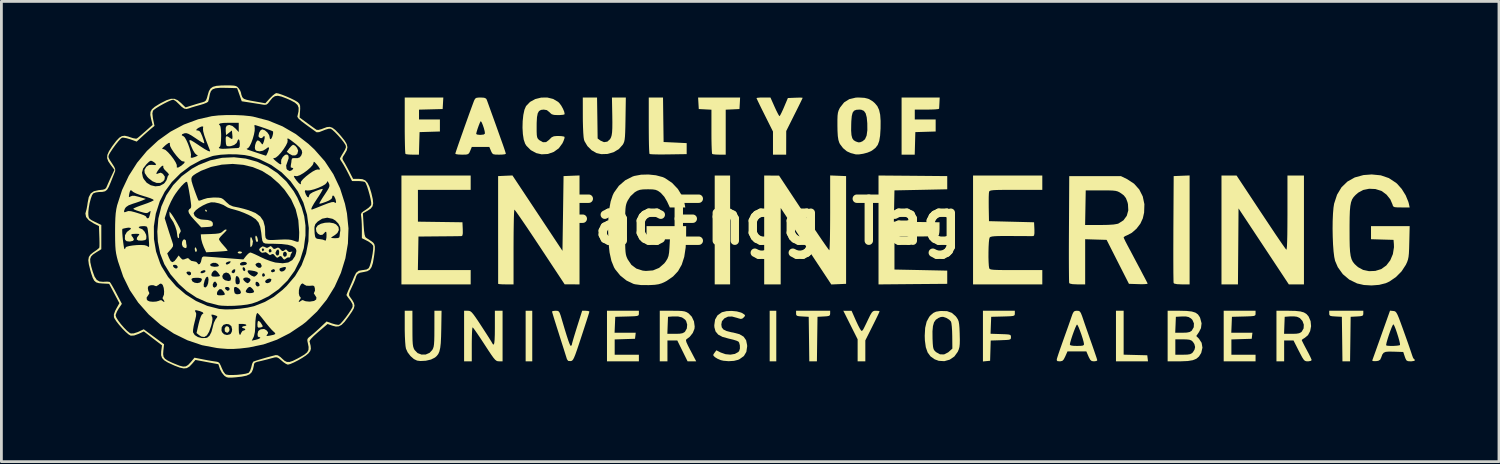
<source format=kicad_pcb>
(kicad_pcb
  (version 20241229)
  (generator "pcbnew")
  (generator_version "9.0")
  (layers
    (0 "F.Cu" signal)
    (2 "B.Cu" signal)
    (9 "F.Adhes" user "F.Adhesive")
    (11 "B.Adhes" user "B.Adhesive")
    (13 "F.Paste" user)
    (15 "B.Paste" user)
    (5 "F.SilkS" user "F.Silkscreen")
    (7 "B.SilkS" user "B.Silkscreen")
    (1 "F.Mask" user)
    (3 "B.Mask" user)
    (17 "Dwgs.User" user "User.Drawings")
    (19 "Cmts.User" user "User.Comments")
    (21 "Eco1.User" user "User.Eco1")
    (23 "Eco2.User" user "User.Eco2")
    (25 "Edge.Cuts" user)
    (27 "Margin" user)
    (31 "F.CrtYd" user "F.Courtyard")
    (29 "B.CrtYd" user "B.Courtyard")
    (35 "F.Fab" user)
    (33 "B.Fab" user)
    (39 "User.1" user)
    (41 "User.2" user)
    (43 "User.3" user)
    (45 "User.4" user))
  (footprint "FacEngg Tag"
    (layer "F.Cu")
    (at 24.084 4.868)
    (property "Reference" "FacEngg Tag" (at 0 0 0) (layer "F.SilkS") (effects (font (size 1.5 1.5) (thickness 0.3))))
    (attr board_only exclude_from_pos_files exclude_from_bom)
    (fp_poly (pts (xy -20.136 0.93) (xy -20.105 1.003) (xy -20.106 1.04) (xy -20.131 1.082) (xy -20.149 1.077) (xy -20.174 1.016) (xy -20.179 0.967) (xy -20.168 0.915)) (stroke (width 0) (type solid)) (fill yes) (layer "F.SilkS"))
    (fp_poly (pts (xy -19.748 -0.403) (xy -19.747 -0.393) (xy -19.76 -0.354) (xy -19.764 -0.353) (xy -19.798 -0.381) (xy -19.806 -0.393) (xy -19.803 -0.429) (xy -19.788 -0.432)) (stroke (width 0) (type solid)) (fill yes) (layer "F.SilkS"))
    (fp_poly (pts (xy -18.505 1.076) (xy -18.491 1.099) (xy -18.523 1.131) (xy -18.569 1.138) (xy -18.633 1.122) (xy -18.648 1.099) (xy -18.615 1.067) (xy -18.569 1.06)) (stroke (width 0) (type solid)) (fill yes) (layer "F.SilkS"))
    (fp_poly (pts (xy -17.979 0.504) (xy -17.944 0.566) (xy -17.92 0.673) (xy -17.937 0.719) (xy -17.974 0.72) (xy -18.002 0.655) (xy -18.016 0.556) (xy -18.006 0.502)) (stroke (width 0) (type solid)) (fill yes) (layer "F.SilkS"))
    (fp_poly (pts (xy -8.126 4.083) (xy -8.126 4.986) (xy -8.244 4.986) (xy -8.362 4.986) (xy -8.362 4.083) (xy -8.362 3.18) (xy -8.244 3.18) (xy -8.126 3.18)) (stroke (width 0) (type solid)) (fill yes) (layer "F.SilkS"))
    (fp_poly (pts (xy -1.06 0.294) (xy -1.06 2.238) (xy -1.335 2.238) (xy -1.61 2.238) (xy -1.61 0.294) (xy -1.61 -1.649) (xy -1.335 -1.649) (xy -1.06 -1.649)) (stroke (width 0) (type solid)) (fill yes) (layer "F.SilkS"))
    (fp_poly (pts (xy 0.589 4.083) (xy 0.589 4.986) (xy 0.471 4.986) (xy 0.353 4.986) (xy 0.353 4.083) (xy 0.353 3.18) (xy 0.471 3.18) (xy 0.589 3.18)) (stroke (width 0) (type solid)) (fill yes) (layer "F.SilkS"))
    (fp_poly (pts (xy -18.965 3.762) (xy -18.937 3.839) (xy -18.947 3.906) (xy -18.998 3.958) (xy -19.026 3.965) (xy -19.088 3.933) (xy -19.105 3.906) (xy -19.112 3.817) (xy -19.074 3.748) (xy -19.026 3.73)) (stroke (width 0) (type solid)) (fill yes) (layer "F.SilkS"))
    (fp_poly (pts (xy -18.163 0.557) (xy -18.147 0.576) (xy -18.101 0.699) (xy -18.121 0.83) (xy -18.149 0.879) (xy -18.178 0.909) (xy -18.193 0.89) (xy -18.198 0.811) (xy -18.198 0.729) (xy -18.195 0.608) (xy -18.184 0.554)) (stroke (width 0) (type solid)) (fill yes) (layer "F.SilkS"))
    (fp_poly (pts (xy -17.837 3.589) (xy -17.808 3.63) (xy -17.758 3.712) (xy -17.757 3.752) (xy -17.809 3.772) (xy -17.843 3.778) (xy -17.909 3.783) (xy -17.936 3.747) (xy -17.941 3.665) (xy -17.929 3.565) (xy -17.894 3.539)) (stroke (width 0) (type solid)) (fill yes) (layer "F.SilkS"))
    (fp_poly (pts (xy -20.501 0.66) (xy -20.492 0.697) (xy -20.482 0.791) (xy -20.468 0.854) (xy -20.472 0.924) (xy -20.518 0.944) (xy -20.585 0.909) (xy -20.61 0.884) (xy -20.638 0.808) (xy -20.63 0.718) (xy -20.594 0.648) (xy -20.551 0.628)) (stroke (width 0) (type solid)) (fill yes) (layer "F.SilkS"))
    (fp_poly (pts (xy 12.994 3.964) (xy 12.994 4.748) (xy 13.416 4.759) (xy 13.838 4.77) (xy 13.851 4.878) (xy 13.863 4.986) (xy 13.291 4.986) (xy 12.72 4.986) (xy 12.72 4.083) (xy 12.72 3.18) (xy 12.857 3.18) (xy 12.994 3.18)) (stroke (width 0) (type solid)) (fill yes) (layer "F.SilkS"))
    (fp_poly (pts (xy -16.594 -2.715) (xy -16.528 -2.639) (xy -16.49 -2.549) (xy -16.488 -2.527) (xy -16.517 -2.421) (xy -16.593 -2.367) (xy -16.697 -2.369) (xy -16.804 -2.427) (xy -16.893 -2.499) (xy -16.801 -2.624) (xy -16.732 -2.703) (xy -16.674 -2.746) (xy -16.664 -2.748)) (stroke (width 0) (type solid)) (fill yes) (layer "F.SilkS"))
    (fp_poly (pts (xy 15.35 0.293) (xy 15.35 2.238) (xy 15.074 2.238) (xy 14.899 2.23) (xy 14.801 2.209) (xy 14.779 2.189) (xy 14.775 2.141) (xy 14.773 2.022) (xy 14.77 1.84) (xy 14.769 1.604) (xy 14.768 1.32) (xy 14.768 0.998) (xy 14.769 0.643) (xy 14.77 0.265) (xy 14.77 0.255) (xy 14.781 -1.629) (xy 15.065 -1.641) (xy 15.35 -1.652)) (stroke (width 0) (type solid)) (fill yes) (layer "F.SilkS"))
    (fp_poly (pts (xy 2.513 3.276) (xy 2.506 3.331) (xy 2.475 3.361) (xy 2.4 3.376) (xy 2.287 3.384) (xy 2.061 3.396) (xy 2.05 4.191) (xy 2.04 4.986) (xy 1.904 4.986) (xy 1.768 4.986) (xy 1.758 4.191) (xy 1.747 3.396) (xy 1.521 3.384) (xy 1.394 3.375) (xy 1.326 3.358) (xy 1.3 3.325) (xy 1.296 3.276) (xy 1.296 3.18) (xy 1.904 3.18) (xy 2.513 3.18)) (stroke (width 0) (type solid)) (fill yes) (layer "F.SilkS"))
    (fp_poly (pts (xy 21.553 3.276) (xy 21.546 3.331) (xy 21.515 3.361) (xy 21.44 3.376) (xy 21.327 3.384) (xy 21.101 3.396) (xy 21.091 4.191) (xy 21.08 4.986) (xy 20.944 4.986) (xy 20.808 4.986) (xy 20.798 4.191) (xy 20.787 3.396) (xy 20.561 3.384) (xy 20.434 3.375) (xy 20.367 3.358) (xy 20.34 3.325) (xy 20.336 3.276) (xy 20.336 3.18) (xy 20.944 3.18) (xy 21.553 3.18)) (stroke (width 0) (type solid)) (fill yes) (layer "F.SilkS"))
    (fp_poly (pts (xy -3.446 -3.641) (xy -3.435 -2.846) (xy -3.023 -2.827) (xy -2.611 -2.807) (xy -2.611 -2.611) (xy -2.611 -2.414) (xy -3.261 -2.404) (xy -3.479 -2.402) (xy -3.67 -2.403) (xy -3.819 -2.407) (xy -3.912 -2.414) (xy -3.938 -2.42) (xy -3.945 -2.465) (xy -3.952 -2.578) (xy -3.958 -2.748) (xy -3.962 -2.963) (xy -3.964 -3.214) (xy -3.965 -3.442) (xy -3.965 -4.436) (xy -3.711 -4.436) (xy -3.456 -4.436)) (stroke (width 0) (type solid)) (fill yes) (layer "F.SilkS"))
    (fp_poly (pts (xy -0.714 -4.23) (xy -0.726 -4.024) (xy -0.972 -4.012) (xy -1.217 -4.001) (xy -1.217 -3.198) (xy -1.217 -2.395) (xy -1.446 -2.395) (xy -1.574 -2.399) (xy -1.668 -2.41) (xy -1.701 -2.421) (xy -1.709 -2.467) (xy -1.716 -2.578) (xy -1.722 -2.744) (xy -1.726 -2.951) (xy -1.727 -3.187) (xy -1.727 -3.224) (xy -1.727 -4) (xy -1.953 -4.012) (xy -2.179 -4.024) (xy -2.191 -4.23) (xy -2.203 -4.436) (xy -1.453 -4.436) (xy -0.703 -4.436)) (stroke (width 0) (type solid)) (fill yes) (layer "F.SilkS"))
    (fp_poly (pts (xy -21.007 -0.269) (xy -20.951 -0.188) (xy -20.875 -0.063) (xy -20.794 0.078) (xy -20.791 0.084) (xy -20.719 0.22) (xy -20.684 0.306) (xy -20.682 0.358) (xy -20.704 0.389) (xy -20.741 0.461) (xy -20.739 0.512) (xy -20.741 0.574) (xy -20.763 0.589) (xy -20.792 0.554) (xy -20.807 0.47) (xy -20.807 0.455) (xy -20.826 0.324) (xy -20.875 0.168) (xy -20.941 0.018) (xy -21.011 -0.092) (xy -21.022 -0.103) (xy -21.069 -0.188) (xy -21.082 -0.263) (xy -21.082 -0.364)) (stroke (width 0) (type solid)) (fill yes) (layer "F.SilkS"))
    (fp_poly (pts (xy 6.416 -4.25) (xy 6.41 -4.134) (xy 6.405 -4.052) (xy 6.403 -4.034) (xy 6.365 -4.022) (xy 6.264 -4.012) (xy 6.117 -4.006) (xy 5.967 -4.004) (xy 5.535 -4.004) (xy 5.535 -3.828) (xy 5.535 -3.651) (xy 5.908 -3.651) (xy 6.281 -3.651) (xy 6.281 -3.437) (xy 6.281 -3.222) (xy 5.918 -3.211) (xy 5.555 -3.2) (xy 5.544 -2.797) (xy 5.533 -2.395) (xy 5.298 -2.395) (xy 5.064 -2.395) (xy 5.064 -3.415) (xy 5.064 -4.436) (xy 5.745 -4.436) (xy 6.425 -4.436)) (stroke (width 0) (type solid)) (fill yes) (layer "F.SilkS"))
    (fp_poly (pts (xy -11.314 -4.23) (xy -11.326 -4.024) (xy -11.748 -4.013) (xy -12.17 -4.002) (xy -12.17 -3.826) (xy -12.17 -3.651) (xy -11.797 -3.651) (xy -11.424 -3.651) (xy -11.424 -3.437) (xy -11.424 -3.222) (xy -11.787 -3.211) (xy -12.15 -3.2) (xy -12.162 -2.797) (xy -12.173 -2.395) (xy -12.4 -2.395) (xy -12.528 -2.399) (xy -12.621 -2.41) (xy -12.654 -2.421) (xy -12.661 -2.466) (xy -12.668 -2.578) (xy -12.673 -2.748) (xy -12.677 -2.963) (xy -12.68 -3.214) (xy -12.68 -3.442) (xy -12.68 -4.436) (xy -11.991 -4.436) (xy -11.302 -4.436)) (stroke (width 0) (type solid)) (fill yes) (layer "F.SilkS"))
    (fp_poly (pts (xy -4.318 3.277) (xy -4.321 3.319) (xy -4.338 3.348) (xy -4.383 3.365) (xy -4.47 3.375) (xy -4.612 3.381) (xy -4.74 3.385) (xy -5.162 3.396) (xy -5.174 3.68) (xy -5.186 3.965) (xy -4.808 3.965) (xy -4.431 3.965) (xy -4.443 4.073) (xy -4.456 4.181) (xy -4.819 4.192) (xy -5.182 4.204) (xy -5.182 4.477) (xy -5.182 4.75) (xy -4.75 4.75) (xy -4.318 4.75) (xy -4.318 4.868) (xy -4.318 4.986) (xy -4.888 4.986) (xy -5.457 4.986) (xy -5.457 4.083) (xy -5.457 3.18) (xy -4.888 3.18) (xy -4.318 3.18)) (stroke (width 0) (type solid)) (fill yes) (layer "F.SilkS"))
    (fp_poly (pts (xy 17.705 3.277) (xy 17.703 3.319) (xy 17.686 3.348) (xy 17.641 3.365) (xy 17.554 3.375) (xy 17.411 3.381) (xy 17.283 3.385) (xy 16.861 3.396) (xy 16.85 3.68) (xy 16.838 3.965) (xy 17.216 3.965) (xy 17.593 3.965) (xy 17.58 4.073) (xy 17.568 4.181) (xy 17.205 4.192) (xy 16.842 4.204) (xy 16.842 4.477) (xy 16.842 4.75) (xy 17.274 4.75) (xy 17.705 4.75) (xy 17.705 4.868) (xy 17.705 4.986) (xy 17.136 4.986) (xy 16.567 4.986) (xy 16.567 4.083) (xy 16.567 3.18) (xy 17.136 3.18) (xy 17.705 3.18)) (stroke (width 0) (type solid)) (fill yes) (layer "F.SilkS"))
    (fp_poly (pts (xy -19.04 0.297) (xy -19.066 0.335) (xy -19.133 0.405) (xy -19.178 0.449) (xy -19.259 0.534) (xy -19.308 0.603) (xy -19.315 0.624) (xy -19.29 0.675) (xy -19.225 0.762) (xy -19.152 0.846) (xy -19.069 0.94) (xy -19.017 1.009) (xy -19.005 1.036) (xy -19.048 1.044) (xy -19.152 1.054) (xy -19.299 1.065) (xy -19.395 1.071) (xy -19.77 1.092) (xy -19.856 0.906) (xy -19.909 0.768) (xy -19.945 0.634) (xy -19.952 0.586) (xy -19.963 0.451) (xy -19.611 0.44) (xy -19.433 0.431) (xy -19.315 0.416) (xy -19.24 0.392) (xy -19.189 0.354) (xy -19.187 0.352) (xy -19.117 0.293) (xy -19.06 0.274)) (stroke (width 0) (type solid)) (fill yes) (layer "F.SilkS"))
    (fp_poly (pts (xy -10.325 -1.394) (xy -10.325 -1.138) (xy -11.267 -1.138) (xy -12.209 -1.138) (xy -12.209 -0.57) (xy -12.209 -0.002) (xy -11.414 0.009) (xy -10.619 0.02) (xy -10.608 0.265) (xy -10.606 0.41) (xy -10.619 0.489) (xy -10.647 0.513) (xy -10.701 0.515) (xy -10.82 0.517) (xy -10.991 0.519) (xy -11.201 0.521) (xy -11.437 0.523) (xy -11.444 0.523) (xy -12.19 0.53) (xy -12.2 1.129) (xy -12.211 1.727) (xy -11.268 1.727) (xy -10.325 1.727) (xy -10.325 1.983) (xy -10.325 2.238) (xy -11.562 2.238) (xy -12.798 2.238) (xy -12.798 0.294) (xy -12.798 -1.649) (xy -11.562 -1.649) (xy -10.325 -1.649)) (stroke (width 0) (type solid)) (fill yes) (layer "F.SilkS"))
    (fp_poly (pts (xy 5.467 -1.64) (xy 6.694 -1.629) (xy 6.694 -1.394) (xy 6.694 -1.158) (xy 5.751 -1.138) (xy 4.809 -1.119) (xy 4.798 -0.56) (xy 4.787 -0.002) (xy 5.603 0.009) (xy 6.419 0.02) (xy 6.419 0.249) (xy 6.413 0.376) (xy 6.397 0.469) (xy 6.381 0.502) (xy 6.331 0.51) (xy 6.216 0.516) (xy 6.047 0.522) (xy 5.839 0.526) (xy 5.602 0.528) (xy 5.576 0.528) (xy 4.809 0.53) (xy 4.809 1.119) (xy 4.809 1.708) (xy 5.751 1.727) (xy 6.694 1.747) (xy 6.694 1.983) (xy 6.694 2.218) (xy 5.467 2.228) (xy 4.24 2.239) (xy 4.24 0.294) (xy 4.24 -1.65)) (stroke (width 0) (type solid)) (fill yes) (layer "F.SilkS"))
    (fp_poly (pts (xy 9.108 3.277) (xy 9.105 3.319) (xy 9.088 3.348) (xy 9.044 3.365) (xy 8.957 3.375) (xy 8.814 3.381) (xy 8.686 3.385) (xy 8.264 3.396) (xy 8.252 3.699) (xy 8.241 4.001) (xy 8.606 4.013) (xy 8.776 4.019) (xy 8.883 4.027) (xy 8.941 4.042) (xy 8.965 4.069) (xy 8.97 4.111) (xy 8.97 4.122) (xy 8.967 4.168) (xy 8.948 4.198) (xy 8.898 4.215) (xy 8.802 4.224) (xy 8.645 4.23) (xy 8.609 4.232) (xy 8.247 4.243) (xy 8.236 4.604) (xy 8.225 4.966) (xy 8.097 4.978) (xy 7.969 4.991) (xy 7.969 4.085) (xy 7.969 3.18) (xy 8.539 3.18) (xy 9.108 3.18)) (stroke (width 0) (type solid)) (fill yes) (layer "F.SilkS"))
    (fp_poly (pts (xy 2.797 -1.641) (xy 3.082 -1.629) (xy 3.082 0.294) (xy 3.082 2.218) (xy 2.818 2.23) (xy 2.554 2.241) (xy 1.65 0.875) (xy 0.747 -0.491) (xy 0.747 0.873) (xy 0.746 2.238) (xy 0.451 2.238) (xy 0.157 2.238) (xy 0.157 0.294) (xy 0.157 -1.649) (xy 0.422 -1.648) (xy 0.687 -1.648) (xy 1.57 -0.314) (xy 1.762 -0.025) (xy 1.941 0.242) (xy 2.102 0.481) (xy 2.241 0.685) (xy 2.353 0.846) (xy 2.433 0.958) (xy 2.477 1.015) (xy 2.483 1.02) (xy 2.49 0.983) (xy 2.496 0.876) (xy 2.502 0.708) (xy 2.507 0.489) (xy 2.51 0.227) (xy 2.512 -0.068) (xy 2.513 -0.316) (xy 2.513 -1.652)) (stroke (width 0) (type solid)) (fill yes) (layer "F.SilkS"))
    (fp_poly (pts (xy 17.895 -0.337) (xy 18.086 -0.05) (xy 18.264 0.217) (xy 18.424 0.457) (xy 18.563 0.661) (xy 18.675 0.824) (xy 18.755 0.937) (xy 18.798 0.995) (xy 18.803 1) (xy 18.816 0.974) (xy 18.826 0.878) (xy 18.833 0.71) (xy 18.839 0.47) (xy 18.842 0.154) (xy 18.844 -0.239) (xy 18.844 -0.312) (xy 18.844 -1.649) (xy 19.138 -1.649) (xy 19.433 -1.649) (xy 19.433 0.294) (xy 19.433 2.238) (xy 19.163 2.238) (xy 18.893 2.238) (xy 17.995 0.881) (xy 17.097 -0.475) (xy 17.087 0.881) (xy 17.076 2.238) (xy 16.782 2.238) (xy 16.488 2.238) (xy 16.488 0.294) (xy 16.488 -1.649) (xy 16.758 -1.649) (xy 17.027 -1.649)) (stroke (width 0) (type solid)) (fill yes) (layer "F.SilkS"))
    (fp_poly (pts (xy 4.236 3.185) (xy 4.279 3.198) (xy 4.279 3.2) (xy 4.262 3.241) (xy 4.217 3.338) (xy 4.148 3.48) (xy 4.062 3.653) (xy 4.024 3.73) (xy 3.769 4.239) (xy 3.769 4.612) (xy 3.769 4.986) (xy 3.631 4.986) (xy 3.494 4.986) (xy 3.494 4.593) (xy 3.494 4.199) (xy 3.239 3.69) (xy 2.983 3.18) (xy 3.131 3.181) (xy 3.278 3.182) (xy 3.438 3.544) (xy 3.509 3.695) (xy 3.571 3.814) (xy 3.617 3.885) (xy 3.635 3.899) (xy 3.655 3.892) (xy 3.677 3.872) (xy 3.706 3.825) (xy 3.749 3.74) (xy 3.815 3.605) (xy 3.872 3.484) (xy 3.944 3.337) (xy 3.997 3.247) (xy 4.042 3.2) (xy 4.093 3.182) (xy 4.148 3.18)) (stroke (width 0) (type solid)) (fill yes) (layer "F.SilkS"))
    (fp_poly (pts (xy 0.529 -4.102) (xy 0.596 -3.957) (xy 0.654 -3.844) (xy 0.693 -3.779) (xy 0.703 -3.769) (xy 0.729 -3.802) (xy 0.776 -3.893) (xy 0.836 -4.023) (xy 0.866 -4.093) (xy 1.003 -4.417) (xy 1.267 -4.428) (xy 1.4 -4.432) (xy 1.494 -4.431) (xy 1.531 -4.425) (xy 1.531 -4.425) (xy 1.514 -4.387) (xy 1.468 -4.29) (xy 1.398 -4.147) (xy 1.31 -3.97) (xy 1.237 -3.825) (xy 0.944 -3.239) (xy 0.943 -2.817) (xy 0.942 -2.395) (xy 0.707 -2.395) (xy 0.471 -2.395) (xy 0.471 -2.807) (xy 0.471 -3.22) (xy 0.177 -3.808) (xy 0.079 -4.004) (xy -0.005 -4.175) (xy -0.069 -4.308) (xy -0.108 -4.392) (xy -0.118 -4.416) (xy -0.082 -4.426) (xy 0.011 -4.434) (xy 0.131 -4.436) (xy 0.38 -4.436)) (stroke (width 0) (type solid)) (fill yes) (layer "F.SilkS"))
    (fp_poly (pts (xy -5.032 -4.436) (xy -4.784 -4.436) (xy -4.796 -3.661) (xy -4.801 -3.393) (xy -4.807 -3.191) (xy -4.815 -3.043) (xy -4.826 -2.937) (xy -4.842 -2.861) (xy -4.864 -2.803) (xy -4.894 -2.75) (xy -4.896 -2.747) (xy -5.034 -2.593) (xy -5.222 -2.482) (xy -5.438 -2.42) (xy -5.661 -2.413) (xy -5.83 -2.451) (xy -6.005 -2.551) (xy -6.156 -2.701) (xy -6.26 -2.877) (xy -6.278 -2.931) (xy -6.292 -3.02) (xy -6.304 -3.171) (xy -6.313 -3.368) (xy -6.319 -3.593) (xy -6.32 -3.759) (xy -6.321 -4.436) (xy -6.066 -4.436) (xy -5.812 -4.436) (xy -5.801 -3.704) (xy -5.791 -2.972) (xy -5.69 -2.897) (xy -5.563 -2.841) (xy -5.444 -2.86) (xy -5.347 -2.948) (xy -5.313 -3.013) (xy -5.29 -3.088) (xy -5.275 -3.193) (xy -5.267 -3.34) (xy -5.265 -3.542) (xy -5.268 -3.793) (xy -5.28 -4.436)) (stroke (width 0) (type solid)) (fill yes) (layer "F.SilkS"))
    (fp_poly (pts (xy -7.94 -0.306) (xy -7.047 1.04) (xy -7.027 -0.294) (xy -7.008 -1.629) (xy -6.723 -1.641) (xy -6.438 -1.652) (xy -6.438 0.293) (xy -6.438 2.238) (xy -6.703 2.237) (xy -6.968 2.237) (xy -7.85 0.902) (xy -8.041 0.614) (xy -8.22 0.346) (xy -8.381 0.107) (xy -8.52 -0.096) (xy -8.632 -0.258) (xy -8.712 -0.37) (xy -8.756 -0.426) (xy -8.762 -0.432) (xy -8.77 -0.394) (xy -8.777 -0.287) (xy -8.783 -0.119) (xy -8.787 0.1) (xy -8.791 0.362) (xy -8.793 0.657) (xy -8.794 0.903) (xy -8.794 2.238) (xy -9.069 2.238) (xy -9.204 2.235) (xy -9.302 2.228) (xy -9.344 2.219) (xy -9.344 2.218) (xy -9.344 2.176) (xy -9.344 2.063) (xy -9.344 1.887) (xy -9.344 1.655) (xy -9.344 1.376) (xy -9.344 1.056) (xy -9.345 0.703) (xy -9.345 0.325) (xy -9.345 0.285) (xy -9.345 -1.629) (xy -9.089 -1.641) (xy -8.833 -1.652)) (stroke (width 0) (type solid)) (fill yes) (layer "F.SilkS"))
    (fp_poly (pts (xy -11.375 3.818) (xy -11.382 4.111) (xy -11.393 4.337) (xy -11.413 4.507) (xy -11.442 4.633) (xy -11.483 4.726) (xy -11.54 4.798) (xy -11.599 4.85) (xy -11.742 4.922) (xy -11.927 4.965) (xy -12.122 4.975) (xy -12.239 4.96) (xy -12.354 4.904) (xy -12.474 4.798) (xy -12.576 4.665) (xy -12.636 4.534) (xy -12.652 4.439) (xy -12.665 4.284) (xy -12.675 4.088) (xy -12.68 3.869) (xy -12.68 3.779) (xy -12.68 3.18) (xy -12.543 3.18) (xy -12.406 3.18) (xy -12.405 3.818) (xy -12.404 4.061) (xy -12.401 4.24) (xy -12.393 4.368) (xy -12.379 4.458) (xy -12.358 4.524) (xy -12.329 4.58) (xy -12.328 4.582) (xy -12.22 4.692) (xy -12.08 4.745) (xy -11.93 4.742) (xy -11.793 4.683) (xy -11.697 4.581) (xy -11.668 4.526) (xy -11.647 4.46) (xy -11.634 4.37) (xy -11.626 4.243) (xy -11.622 4.065) (xy -11.621 3.822) (xy -11.621 3.818) (xy -11.62 3.18) (xy -11.493 3.18) (xy -11.365 3.18)) (stroke (width 0) (type solid)) (fill yes) (layer "F.SilkS"))
    (fp_poly (pts (xy -10.38 3.183) (xy -10.335 3.2) (xy -10.286 3.239) (xy -10.226 3.31) (xy -10.145 3.422) (xy -10.035 3.585) (xy -9.95 3.715) (xy -9.829 3.901) (xy -9.721 4.068) (xy -9.635 4.204) (xy -9.579 4.295) (xy -9.563 4.324) (xy -9.528 4.381) (xy -9.501 4.386) (xy -9.482 4.332) (xy -9.47 4.215) (xy -9.463 4.029) (xy -9.461 3.788) (xy -9.461 3.18) (xy -9.324 3.18) (xy -9.186 3.18) (xy -9.186 4.083) (xy -9.186 4.986) (xy -9.314 4.985) (xy -9.361 4.982) (xy -9.404 4.966) (xy -9.451 4.929) (xy -9.51 4.861) (xy -9.587 4.754) (xy -9.691 4.599) (xy -9.829 4.387) (xy -9.834 4.379) (xy -9.96 4.187) (xy -10.073 4.019) (xy -10.164 3.887) (xy -10.228 3.801) (xy -10.256 3.771) (xy -10.266 3.807) (xy -10.275 3.909) (xy -10.281 4.062) (xy -10.285 4.254) (xy -10.286 4.377) (xy -10.286 4.986) (xy -10.423 4.986) (xy -10.56 4.986) (xy -10.56 4.083) (xy -10.56 3.18) (xy -10.431 3.18)) (stroke (width 0) (type solid)) (fill yes) (layer "F.SilkS"))
    (fp_poly (pts (xy -2.928 3.181) (xy -2.789 3.188) (xy -2.692 3.202) (xy -2.62 3.227) (xy -2.553 3.266) (xy -2.548 3.269) (xy -2.428 3.393) (xy -2.35 3.56) (xy -2.325 3.744) (xy -2.333 3.824) (xy -2.393 3.973) (xy -2.503 4.111) (xy -2.604 4.187) (xy -2.631 4.21) (xy -2.636 4.247) (xy -2.616 4.313) (xy -2.567 4.42) (xy -2.485 4.58) (xy -2.471 4.605) (xy -2.271 4.986) (xy -2.425 4.986) (xy -2.579 4.986) (xy -2.763 4.613) (xy -2.947 4.24) (xy -3.122 4.24) (xy -3.298 4.24) (xy -3.298 4.613) (xy -3.298 4.986) (xy -3.435 4.986) (xy -3.572 4.986) (xy -3.572 4.083) (xy -3.572 4.004) (xy -3.301 4.004) (xy -3.025 4.004) (xy -2.866 4) (xy -2.764 3.983) (xy -2.696 3.949) (xy -2.67 3.926) (xy -2.606 3.813) (xy -2.593 3.674) (xy -2.631 3.545) (xy -2.669 3.495) (xy -2.778 3.418) (xy -2.921 3.383) (xy -3.105 3.383) (xy -3.278 3.396) (xy -3.29 3.7) (xy -3.301 4.004) (xy -3.572 4.004) (xy -3.572 3.18) (xy -3.127 3.18)) (stroke (width 0) (type solid)) (fill yes) (layer "F.SilkS"))
    (fp_poly (pts (xy -6.127 3.188) (xy -6.086 3.207) (xy -6.085 3.209) (xy -6.097 3.254) (xy -6.13 3.361) (xy -6.181 3.522) (xy -6.247 3.725) (xy -6.323 3.959) (xy -6.37 4.102) (xy -6.461 4.378) (xy -6.532 4.588) (xy -6.587 4.742) (xy -6.63 4.848) (xy -6.665 4.916) (xy -6.696 4.954) (xy -6.727 4.972) (xy -6.759 4.978) (xy -6.844 4.97) (xy -6.887 4.909) (xy -6.89 4.9) (xy -6.91 4.836) (xy -6.95 4.71) (xy -7.005 4.535) (xy -7.073 4.323) (xy -7.148 4.086) (xy -7.168 4.022) (xy -7.243 3.787) (xy -7.309 3.577) (xy -7.363 3.404) (xy -7.4 3.279) (xy -7.419 3.214) (xy -7.42 3.208) (xy -7.385 3.189) (xy -7.301 3.18) (xy -7.29 3.18) (xy -7.225 3.183) (xy -7.181 3.203) (xy -7.147 3.254) (xy -7.111 3.352) (xy -7.072 3.484) (xy -6.976 3.807) (xy -6.899 4.057) (xy -6.839 4.241) (xy -6.794 4.362) (xy -6.762 4.425) (xy -6.748 4.436) (xy -6.715 4.406) (xy -6.713 4.393) (xy -6.702 4.342) (xy -6.671 4.23) (xy -6.624 4.071) (xy -6.565 3.88) (xy -6.529 3.764) (xy -6.344 3.18) (xy -6.215 3.18)) (stroke (width 0) (type solid)) (fill yes) (layer "F.SilkS"))
    (fp_poly (pts (xy 10.089 -1.394) (xy 10.089 -1.138) (xy 9.15 -1.138) (xy 8.853 -1.138) (xy 8.625 -1.136) (xy 8.458 -1.133) (xy 8.34 -1.127) (xy 8.264 -1.117) (xy 8.219 -1.104) (xy 8.197 -1.086) (xy 8.189 -1.07) (xy 8.181 -1.005) (xy 8.176 -0.88) (xy 8.175 -0.712) (xy 8.176 -0.519) (xy 8.176 -0.51) (xy 8.185 -0.02) (xy 8.99 0) (xy 9.795 0.02) (xy 9.807 0.265) (xy 9.808 0.41) (xy 9.796 0.489) (xy 9.767 0.513) (xy 9.713 0.514) (xy 9.594 0.514) (xy 9.423 0.513) (xy 9.214 0.512) (xy 8.987 0.511) (xy 8.722 0.51) (xy 8.526 0.512) (xy 8.387 0.518) (xy 8.295 0.528) (xy 8.239 0.543) (xy 8.209 0.564) (xy 8.209 0.565) (xy 8.193 0.622) (xy 8.18 0.74) (xy 8.171 0.899) (xy 8.167 1.081) (xy 8.166 1.267) (xy 8.171 1.44) (xy 8.18 1.579) (xy 8.193 1.659) (xy 8.204 1.68) (xy 8.23 1.697) (xy 8.282 1.709) (xy 8.368 1.718) (xy 8.497 1.723) (xy 8.68 1.726) (xy 8.925 1.727) (xy 9.15 1.727) (xy 10.089 1.727) (xy 10.089 1.983) (xy 10.089 2.238) (xy 8.853 2.238) (xy 7.616 2.238) (xy 7.616 0.294) (xy 7.616 -1.649) (xy 8.853 -1.649) (xy 10.089 -1.649)) (stroke (width 0) (type solid)) (fill yes) (layer "F.SilkS"))
    (fp_poly (pts (xy 19.127 3.185) (xy 19.304 3.204) (xy 19.432 3.24) (xy 19.525 3.298) (xy 19.597 3.382) (xy 19.601 3.388) (xy 19.671 3.552) (xy 19.688 3.731) (xy 19.655 3.905) (xy 19.578 4.051) (xy 19.467 4.144) (xy 19.39 4.191) (xy 19.354 4.226) (xy 19.354 4.227) (xy 19.372 4.27) (xy 19.419 4.365) (xy 19.488 4.496) (xy 19.531 4.576) (xy 19.608 4.721) (xy 19.668 4.843) (xy 19.703 4.923) (xy 19.708 4.943) (xy 19.673 4.971) (xy 19.589 4.986) (xy 19.573 4.986) (xy 19.512 4.983) (xy 19.464 4.965) (xy 19.419 4.919) (xy 19.365 4.834) (xy 19.293 4.697) (xy 19.249 4.613) (xy 19.06 4.24) (xy 18.893 4.24) (xy 18.726 4.24) (xy 18.726 4.613) (xy 18.726 4.986) (xy 18.589 4.986) (xy 18.451 4.986) (xy 18.451 4.083) (xy 18.451 4.004) (xy 18.723 4.004) (xy 18.999 4.004) (xy 19.158 4) (xy 19.26 3.983) (xy 19.328 3.949) (xy 19.354 3.926) (xy 19.421 3.81) (xy 19.428 3.676) (xy 19.381 3.546) (xy 19.288 3.443) (xy 19.183 3.394) (xy 19.087 3.382) (xy 18.958 3.381) (xy 18.919 3.383) (xy 18.746 3.396) (xy 18.734 3.7) (xy 18.723 4.004) (xy 18.451 4.004) (xy 18.451 3.18) (xy 18.885 3.18)) (stroke (width 0) (type solid)) (fill yes) (layer "F.SilkS"))
    (fp_poly (pts (xy 15.246 3.186) (xy 15.429 3.207) (xy 15.558 3.247) (xy 15.648 3.311) (xy 15.711 3.403) (xy 15.726 3.436) (xy 15.777 3.628) (xy 15.756 3.801) (xy 15.685 3.94) (xy 15.588 4.082) (xy 15.682 4.176) (xy 15.779 4.325) (xy 15.808 4.499) (xy 15.766 4.68) (xy 15.756 4.699) (xy 15.685 4.813) (xy 15.591 4.894) (xy 15.462 4.946) (xy 15.284 4.975) (xy 15.044 4.985) (xy 14.987 4.986) (xy 14.565 4.986) (xy 14.565 4.475) (xy 14.84 4.475) (xy 14.84 4.75) (xy 15.113 4.75) (xy 15.266 4.746) (xy 15.364 4.731) (xy 15.429 4.698) (xy 15.466 4.664) (xy 15.526 4.566) (xy 15.546 4.475) (xy 15.52 4.37) (xy 15.466 4.287) (xy 15.41 4.239) (xy 15.336 4.213) (xy 15.222 4.202) (xy 15.113 4.201) (xy 14.84 4.201) (xy 14.84 4.475) (xy 14.565 4.475) (xy 14.565 4.083) (xy 14.565 3.965) (xy 14.836 3.965) (xy 15.093 3.965) (xy 15.247 3.96) (xy 15.347 3.94) (xy 15.415 3.9) (xy 15.428 3.887) (xy 15.498 3.768) (xy 15.504 3.631) (xy 15.45 3.506) (xy 15.401 3.456) (xy 15.316 3.405) (xy 15.214 3.383) (xy 15.077 3.384) (xy 14.859 3.396) (xy 14.848 3.68) (xy 14.836 3.965) (xy 14.565 3.965) (xy 14.565 3.18) (xy 14.999 3.18)) (stroke (width 0) (type solid)) (fill yes) (layer "F.SilkS"))
    (fp_poly (pts (xy -7.379 -4.384) (xy -7.203 -4.28) (xy -7.157 -4.235) (xy -7.089 -4.144) (xy -7.029 -4.035) (xy -6.985 -3.93) (xy -6.97 -3.853) (xy -6.976 -3.833) (xy -7.026 -3.819) (xy -7.129 -3.81) (xy -7.215 -3.808) (xy -7.348 -3.814) (xy -7.431 -3.838) (xy -7.491 -3.889) (xy -7.505 -3.906) (xy -7.604 -3.985) (xy -7.715 -4.004) (xy -7.814 -3.993) (xy -7.885 -3.951) (xy -7.931 -3.868) (xy -7.957 -3.733) (xy -7.968 -3.536) (xy -7.969 -3.41) (xy -7.969 -3.223) (xy -7.964 -3.098) (xy -7.951 -3.018) (xy -7.928 -2.967) (xy -7.89 -2.927) (xy -7.866 -2.908) (xy -7.743 -2.839) (xy -7.633 -2.843) (xy -7.524 -2.924) (xy -7.506 -2.944) (xy -7.432 -3.016) (xy -7.353 -3.051) (xy -7.238 -3.062) (xy -7.197 -3.062) (xy -7.078 -3.056) (xy -6.994 -3.041) (xy -6.972 -3.028) (xy -6.976 -2.977) (xy -7.01 -2.882) (xy -7.048 -2.8) (xy -7.178 -2.622) (xy -7.357 -2.493) (xy -7.567 -2.419) (xy -7.792 -2.407) (xy -7.983 -2.45) (xy -8.179 -2.557) (xy -8.332 -2.709) (xy -8.381 -2.787) (xy -8.431 -2.934) (xy -8.461 -3.13) (xy -8.474 -3.357) (xy -8.468 -3.591) (xy -8.445 -3.812) (xy -8.405 -3.998) (xy -8.348 -4.13) (xy -8.348 -4.13) (xy -8.204 -4.279) (xy -8.017 -4.381) (xy -7.805 -4.433) (xy -7.586 -4.435)) (stroke (width 0) (type solid)) (fill yes) (layer "F.SilkS"))
    (fp_poly (pts (xy 6.687 3.194) (xy 6.856 3.254) (xy 6.994 3.373) (xy 7.034 3.425) (xy 7.074 3.489) (xy 7.102 3.561) (xy 7.119 3.658) (xy 7.131 3.797) (xy 7.139 3.995) (xy 7.139 4.013) (xy 7.144 4.219) (xy 7.141 4.366) (xy 7.13 4.472) (xy 7.107 4.558) (xy 7.071 4.642) (xy 7.071 4.644) (xy 6.949 4.812) (xy 6.783 4.926) (xy 6.591 4.98) (xy 6.39 4.968) (xy 6.243 4.913) (xy 6.097 4.809) (xy 5.994 4.669) (xy 5.929 4.484) (xy 5.896 4.241) (xy 5.89 4.075) (xy 5.899 3.915) (xy 6.167 3.915) (xy 6.169 4.168) (xy 6.169 4.177) (xy 6.177 4.355) (xy 6.188 4.473) (xy 6.207 4.55) (xy 6.239 4.603) (xy 6.288 4.651) (xy 6.293 4.656) (xy 6.436 4.736) (xy 6.582 4.739) (xy 6.729 4.664) (xy 6.755 4.641) (xy 6.877 4.532) (xy 6.873 4.088) (xy 6.868 3.902) (xy 6.857 3.739) (xy 6.842 3.619) (xy 6.827 3.565) (xy 6.764 3.498) (xy 6.664 3.437) (xy 6.65 3.431) (xy 6.548 3.397) (xy 6.467 3.402) (xy 6.378 3.438) (xy 6.286 3.501) (xy 6.222 3.593) (xy 6.184 3.727) (xy 6.167 3.915) (xy 5.899 3.915) (xy 5.906 3.79) (xy 5.959 3.567) (xy 6.052 3.396) (xy 6.106 3.335) (xy 6.2 3.256) (xy 6.294 3.213) (xy 6.423 3.192) (xy 6.471 3.188)) (stroke (width 0) (type solid)) (fill yes) (layer "F.SilkS"))
    (fp_poly (pts (xy -0.821 3.203) (xy -0.664 3.246) (xy -0.61 3.274) (xy -0.538 3.325) (xy -0.527 3.362) (xy -0.569 3.413) (xy -0.574 3.418) (xy -0.628 3.462) (xy -0.685 3.471) (xy -0.777 3.446) (xy -0.805 3.436) (xy -0.991 3.386) (xy -1.136 3.39) (xy -1.258 3.448) (xy -1.271 3.458) (xy -1.353 3.555) (xy -1.374 3.673) (xy -1.358 3.773) (xy -1.301 3.847) (xy -1.193 3.902) (xy -1.022 3.946) (xy -0.943 3.96) (xy -0.726 4.017) (xy -0.577 4.106) (xy -0.488 4.234) (xy -0.453 4.407) (xy -0.451 4.453) (xy -0.48 4.648) (xy -0.568 4.797) (xy -0.723 4.908) (xy -0.774 4.932) (xy -0.923 4.969) (xy -1.111 4.981) (xy -1.299 4.965) (xy -1.394 4.943) (xy -1.511 4.893) (xy -1.598 4.839) (xy -1.657 4.784) (xy -1.657 4.738) (xy -1.617 4.681) (xy -1.55 4.592) (xy -1.395 4.671) (xy -1.224 4.731) (xy -1.049 4.747) (xy -0.89 4.721) (xy -0.77 4.655) (xy -0.737 4.617) (xy -0.71 4.529) (xy -0.712 4.416) (xy -0.738 4.317) (xy -0.764 4.281) (xy -0.829 4.25) (xy -0.947 4.213) (xy -1.093 4.178) (xy -1.107 4.175) (xy -1.331 4.114) (xy -1.486 4.031) (xy -1.58 3.918) (xy -1.621 3.77) (xy -1.625 3.696) (xy -1.597 3.495) (xy -1.511 3.345) (xy -1.365 3.241) (xy -1.343 3.231) (xy -1.191 3.194) (xy -1.007 3.185)) (stroke (width 0) (type solid)) (fill yes) (layer "F.SilkS"))
    (fp_poly (pts (xy 3.736 -4.424) (xy 3.898 -4.381) (xy 4.035 -4.298) (xy 4.108 -4.234) (xy 4.199 -4.125) (xy 4.261 -3.992) (xy 4.299 -3.821) (xy 4.315 -3.6) (xy 4.313 -3.33) (xy 4.297 -3.076) (xy 4.266 -2.886) (xy 4.213 -2.744) (xy 4.131 -2.636) (xy 4.015 -2.547) (xy 3.969 -2.519) (xy 3.847 -2.468) (xy 3.698 -2.428) (xy 3.55 -2.405) (xy 3.432 -2.404) (xy 3.396 -2.412) (xy 3.33 -2.431) (xy 3.252 -2.45) (xy 3.111 -2.513) (xy 2.973 -2.628) (xy 2.864 -2.772) (xy 2.839 -2.821) (xy 2.807 -2.921) (xy 2.786 -3.06) (xy 2.775 -3.253) (xy 2.775 -3.254) (xy 3.262 -3.254) (xy 3.274 -3.092) (xy 3.303 -2.982) (xy 3.353 -2.911) (xy 3.427 -2.866) (xy 3.428 -2.866) (xy 3.517 -2.835) (xy 3.582 -2.837) (xy 3.668 -2.872) (xy 3.757 -2.946) (xy 3.815 -3.076) (xy 3.841 -3.268) (xy 3.839 -3.517) (xy 3.819 -3.729) (xy 3.78 -3.873) (xy 3.717 -3.959) (xy 3.624 -3.999) (xy 3.554 -4.004) (xy 3.443 -3.996) (xy 3.365 -3.963) (xy 3.315 -3.893) (xy 3.285 -3.775) (xy 3.269 -3.596) (xy 3.265 -3.481) (xy 3.262 -3.254) (xy 2.775 -3.254) (xy 2.772 -3.435) (xy 2.772 -3.64) (xy 2.777 -3.785) (xy 2.79 -3.888) (xy 2.813 -3.969) (xy 2.849 -4.046) (xy 2.866 -4.077) (xy 3.01 -4.26) (xy 3.197 -4.378) (xy 3.429 -4.432) (xy 3.524 -4.436)) (stroke (width 0) (type solid)) (fill yes) (layer "F.SilkS"))
    (fp_poly (pts (xy -9.845 -4.428) (xy -9.778 -4.399) (xy -9.756 -4.367) (xy -9.733 -4.307) (xy -9.689 -4.186) (xy -9.623 -4.002) (xy -9.533 -3.753) (xy -9.419 -3.437) (xy -9.281 -3.049) (xy -9.23 -2.906) (xy -9.167 -2.73) (xy -9.116 -2.581) (xy -9.082 -2.475) (xy -9.069 -2.426) (xy -9.069 -2.426) (xy -9.104 -2.409) (xy -9.197 -2.398) (xy -9.306 -2.395) (xy -9.438 -2.397) (xy -9.515 -2.41) (xy -9.559 -2.446) (xy -9.594 -2.514) (xy -9.601 -2.532) (xy -9.659 -2.67) (xy -9.972 -2.67) (xy -10.285 -2.67) (xy -10.342 -2.532) (xy -10.377 -2.456) (xy -10.418 -2.415) (xy -10.486 -2.398) (xy -10.606 -2.395) (xy -10.637 -2.395) (xy -10.762 -2.4) (xy -10.848 -2.413) (xy -10.874 -2.429) (xy -10.862 -2.472) (xy -10.827 -2.577) (xy -10.774 -2.732) (xy -10.707 -2.924) (xy -10.633 -3.134) (xy -10.129 -3.134) (xy -10.094 -3.113) (xy -10.007 -3.102) (xy -9.972 -3.101) (xy -9.857 -3.114) (xy -9.815 -3.15) (xy -9.815 -3.153) (xy -9.826 -3.235) (xy -9.854 -3.342) (xy -9.891 -3.451) (xy -9.928 -3.54) (xy -9.959 -3.587) (xy -9.969 -3.587) (xy -9.998 -3.533) (xy -10.038 -3.433) (xy -10.08 -3.314) (xy -10.113 -3.206) (xy -10.128 -3.137) (xy -10.129 -3.134) (xy -10.633 -3.134) (xy -10.63 -3.141) (xy -10.549 -3.372) (xy -10.466 -3.604) (xy -10.387 -3.825) (xy -10.315 -4.023) (xy -10.255 -4.186) (xy -10.212 -4.301) (xy -10.201 -4.328) (xy -10.166 -4.394) (xy -10.113 -4.426) (xy -10.016 -4.436) (xy -9.971 -4.436)) (stroke (width 0) (type solid)) (fill yes) (layer "F.SilkS"))
    (fp_poly (pts (xy 11.387 3.184) (xy 11.43 3.207) (xy 11.467 3.263) (xy 11.509 3.368) (xy 11.549 3.484) (xy 11.6 3.635) (xy 11.67 3.836) (xy 11.75 4.064) (xy 11.831 4.295) (xy 11.852 4.353) (xy 11.921 4.551) (xy 11.98 4.723) (xy 12.025 4.856) (xy 12.049 4.936) (xy 12.052 4.951) (xy 12.018 4.975) (xy 11.936 4.986) (xy 11.933 4.986) (xy 11.856 4.976) (xy 11.803 4.934) (xy 11.752 4.841) (xy 11.738 4.809) (xy 11.662 4.632) (xy 11.325 4.632) (xy 10.988 4.632) (xy 10.91 4.809) (xy 10.855 4.917) (xy 10.804 4.97) (xy 10.734 4.985) (xy 10.711 4.986) (xy 10.628 4.978) (xy 10.604 4.943) (xy 10.61 4.897) (xy 10.63 4.831) (xy 10.671 4.705) (xy 10.729 4.537) (xy 10.782 4.387) (xy 11.073 4.387) (xy 11.101 4.416) (xy 11.195 4.432) (xy 11.326 4.436) (xy 11.465 4.433) (xy 11.542 4.422) (xy 11.574 4.397) (xy 11.578 4.367) (xy 11.563 4.287) (xy 11.53 4.168) (xy 11.485 4.029) (xy 11.434 3.889) (xy 11.387 3.77) (xy 11.348 3.692) (xy 11.329 3.671) (xy 11.305 3.705) (xy 11.264 3.795) (xy 11.215 3.92) (xy 11.164 4.062) (xy 11.119 4.2) (xy 11.086 4.316) (xy 11.073 4.387) (xy 10.782 4.387) (xy 10.798 4.341) (xy 10.834 4.24) (xy 10.913 4.018) (xy 10.991 3.801) (xy 11.059 3.608) (xy 11.11 3.461) (xy 11.122 3.425) (xy 11.169 3.293) (xy 11.208 3.22) (xy 11.251 3.188) (xy 11.314 3.18) (xy 11.326 3.18)) (stroke (width 0) (type solid)) (fill yes) (layer "F.SilkS"))
    (fp_poly (pts (xy 22.624 3.188) (xy 22.666 3.194) (xy 22.701 3.212) (xy 22.734 3.25) (xy 22.772 3.318) (xy 22.819 3.427) (xy 22.879 3.587) (xy 22.959 3.806) (xy 22.995 3.906) (xy 23.078 4.138) (xy 23.155 4.354) (xy 23.219 4.54) (xy 23.267 4.681) (xy 23.293 4.76) (xy 23.327 4.854) (xy 23.36 4.904) (xy 23.367 4.907) (xy 23.397 4.937) (xy 23.398 4.947) (xy 23.363 4.971) (xy 23.276 4.985) (xy 23.244 4.986) (xy 23.147 4.98) (xy 23.092 4.95) (xy 23.054 4.874) (xy 23.035 4.819) (xy 22.979 4.652) (xy 22.645 4.641) (xy 22.468 4.638) (xy 22.352 4.648) (xy 22.28 4.68) (xy 22.233 4.74) (xy 22.196 4.839) (xy 22.193 4.848) (xy 22.154 4.929) (xy 22.089 4.967) (xy 22.007 4.979) (xy 21.916 4.978) (xy 21.873 4.963) (xy 21.872 4.956) (xy 21.889 4.91) (xy 21.928 4.801) (xy 21.986 4.64) (xy 22.058 4.437) (xy 22.074 4.392) (xy 22.369 4.392) (xy 22.371 4.417) (xy 22.422 4.43) (xy 22.522 4.436) (xy 22.643 4.435) (xy 22.759 4.427) (xy 22.841 4.414) (xy 22.864 4.403) (xy 22.862 4.353) (xy 22.839 4.25) (xy 22.801 4.115) (xy 22.755 3.969) (xy 22.708 3.832) (xy 22.665 3.725) (xy 22.634 3.668) (xy 22.628 3.664) (xy 22.603 3.694) (xy 22.564 3.78) (xy 22.516 3.904) (xy 22.466 4.046) (xy 22.421 4.188) (xy 22.386 4.309) (xy 22.369 4.392) (xy 22.074 4.392) (xy 22.142 4.203) (xy 22.197 4.048) (xy 22.507 3.176)) (stroke (width 0) (type solid)) (fill yes) (layer "F.SilkS"))
    (fp_poly (pts (xy 13.121 -1.519) (xy 13.366 -1.358) (xy 13.552 -1.15) (xy 13.676 -0.904) (xy 13.735 -0.626) (xy 13.725 -0.327) (xy 13.679 -0.121) (xy 13.591 0.07) (xy 13.453 0.25) (xy 13.287 0.395) (xy 13.137 0.474) (xy 13.046 0.515) (xy 12.997 0.552) (xy 12.994 0.559) (xy 13.012 0.607) (xy 13.058 0.704) (xy 13.123 0.828) (xy 13.126 0.835) (xy 13.195 0.964) (xy 13.283 1.128) (xy 13.382 1.316) (xy 13.487 1.514) (xy 13.591 1.709) (xy 13.685 1.889) (xy 13.765 2.04) (xy 13.822 2.15) (xy 13.851 2.206) (xy 13.852 2.209) (xy 13.822 2.222) (xy 13.731 2.23) (xy 13.595 2.231) (xy 13.524 2.229) (xy 13.183 2.218) (xy 12.784 1.433) (xy 12.386 0.648) (xy 12.003 0.637) (xy 11.62 0.625) (xy 11.62 1.431) (xy 11.62 2.238) (xy 11.344 2.238) (xy 11.17 2.23) (xy 11.072 2.209) (xy 11.05 2.189) (xy 11.046 2.141) (xy 11.043 2.022) (xy 11.041 1.84) (xy 11.039 1.604) (xy 11.038 1.32) (xy 11.038 0.998) (xy 11.039 0.643) (xy 11.041 0.265) (xy 11.041 0.255) (xy 11.042 0.118) (xy 11.618 0.118) (xy 12.151 0.118) (xy 12.429 0.113) (xy 12.634 0.1) (xy 12.77 0.077) (xy 12.809 0.064) (xy 12.987 -0.05) (xy 13.105 -0.21) (xy 13.16 -0.406) (xy 13.148 -0.628) (xy 13.13 -0.701) (xy 13.076 -0.842) (xy 13.001 -0.94) (xy 12.907 -1.011) (xy 12.84 -1.054) (xy 12.777 -1.083) (xy 12.704 -1.102) (xy 12.604 -1.113) (xy 12.462 -1.118) (xy 12.261 -1.119) (xy 12.193 -1.119) (xy 11.64 -1.119) (xy 11.629 -0.501) (xy 11.618 0.118) (xy 11.042 0.118) (xy 11.051 -1.629) (xy 11.974 -1.629) (xy 12.896 -1.629)) (stroke (width 0) (type solid)) (fill yes) (layer "F.SilkS"))
    (fp_poly (pts (xy 22.178 -1.656) (xy 22.465 -1.558) (xy 22.72 -1.39) (xy 22.76 -1.356) (xy 22.925 -1.17) (xy 23.066 -0.943) (xy 23.162 -0.709) (xy 23.181 -0.638) (xy 23.208 -0.51) (xy 22.914 -0.51) (xy 22.765 -0.512) (xy 22.675 -0.52) (xy 22.628 -0.541) (xy 22.605 -0.58) (xy 22.595 -0.618) (xy 22.517 -0.798) (xy 22.385 -0.964) (xy 22.221 -1.088) (xy 22.194 -1.102) (xy 21.985 -1.167) (xy 21.762 -1.177) (xy 21.55 -1.134) (xy 21.373 -1.039) (xy 21.37 -1.036) (xy 21.279 -0.958) (xy 21.207 -0.882) (xy 21.153 -0.798) (xy 21.115 -0.694) (xy 21.089 -0.56) (xy 21.073 -0.386) (xy 21.065 -0.16) (xy 21.062 0.129) (xy 21.062 0.294) (xy 21.063 0.617) (xy 21.068 0.872) (xy 21.08 1.07) (xy 21.101 1.223) (xy 21.133 1.339) (xy 21.179 1.432) (xy 21.242 1.511) (xy 21.323 1.586) (xy 21.37 1.625) (xy 21.546 1.721) (xy 21.758 1.766) (xy 21.981 1.757) (xy 22.19 1.693) (xy 22.194 1.691) (xy 22.374 1.563) (xy 22.515 1.379) (xy 22.609 1.156) (xy 22.648 0.911) (xy 22.645 0.802) (xy 22.632 0.648) (xy 22.23 0.637) (xy 21.828 0.625) (xy 21.828 0.391) (xy 21.828 0.157) (xy 22.518 0.157) (xy 23.209 0.157) (xy 23.195 0.736) (xy 23.189 0.965) (xy 23.181 1.133) (xy 23.168 1.256) (xy 23.148 1.352) (xy 23.119 1.437) (xy 23.077 1.529) (xy 23.072 1.539) (xy 22.921 1.771) (xy 22.718 1.977) (xy 22.485 2.136) (xy 22.354 2.196) (xy 22.118 2.255) (xy 21.847 2.276) (xy 21.574 2.26) (xy 21.332 2.205) (xy 21.33 2.204) (xy 21.052 2.068) (xy 20.82 1.872) (xy 20.642 1.623) (xy 20.545 1.397) (xy 20.515 1.257) (xy 20.49 1.055) (xy 20.472 0.808) (xy 20.461 0.534) (xy 20.456 0.25) (xy 20.459 -0.029) (xy 20.47 -0.285) (xy 20.488 -0.501) (xy 20.511 -0.646) (xy 20.616 -0.966) (xy 20.775 -1.23) (xy 20.987 -1.435) (xy 21.248 -1.581) (xy 21.558 -1.666) (xy 21.853 -1.688)) (stroke (width 0) (type solid)) (fill yes) (layer "F.SilkS"))
    (fp_poly (pts (xy -3.709 -1.658) (xy -3.475 -1.596) (xy -3.387 -1.558) (xy -3.135 -1.389) (xy -2.926 -1.17) (xy -2.772 -0.917) (xy -2.688 -0.655) (xy -2.661 -0.51) (xy -2.937 -0.51) (xy -3.213 -0.51) (xy -3.31 -0.721) (xy -3.411 -0.892) (xy -3.535 -1.029) (xy -3.555 -1.045) (xy -3.64 -1.104) (xy -3.721 -1.138) (xy -3.823 -1.154) (xy -3.973 -1.158) (xy -4.004 -1.158) (xy -4.17 -1.154) (xy -4.285 -1.138) (xy -4.377 -1.104) (xy -4.464 -1.053) (xy -4.618 -0.91) (xy -4.716 -0.758) (xy -4.747 -0.693) (xy -4.769 -0.63) (xy -4.786 -0.557) (xy -4.797 -0.462) (xy -4.804 -0.333) (xy -4.808 -0.159) (xy -4.809 0.073) (xy -4.809 0.294) (xy -4.809 0.578) (xy -4.807 0.795) (xy -4.803 0.957) (xy -4.795 1.076) (xy -4.783 1.165) (xy -4.765 1.234) (xy -4.74 1.297) (xy -4.716 1.347) (xy -4.583 1.543) (xy -4.407 1.674) (xy -4.183 1.746) (xy -4.068 1.758) (xy -3.815 1.739) (xy -3.596 1.649) (xy -3.413 1.49) (xy -3.36 1.422) (xy -3.299 1.324) (xy -3.261 1.225) (xy -3.239 1.099) (xy -3.227 0.944) (xy -3.209 0.628) (xy -3.626 0.628) (xy -4.044 0.628) (xy -4.044 0.393) (xy -4.044 0.157) (xy -3.337 0.157) (xy -2.63 0.157) (xy -2.631 0.52) (xy -2.647 0.92) (xy -2.698 1.256) (xy -2.788 1.535) (xy -2.919 1.766) (xy -3.096 1.955) (xy -3.322 2.112) (xy -3.385 2.146) (xy -3.501 2.199) (xy -3.614 2.233) (xy -3.749 2.253) (xy -3.932 2.263) (xy -3.965 2.264) (xy -4.246 2.262) (xy -4.456 2.234) (xy -4.515 2.218) (xy -4.76 2.101) (xy -4.984 1.922) (xy -5.164 1.7) (xy -5.206 1.629) (xy -5.299 1.399) (xy -5.365 1.1) (xy -5.404 0.732) (xy -5.417 0.291) (xy -5.417 0.286) (xy -5.407 -0.116) (xy -5.377 -0.451) (xy -5.326 -0.724) (xy -5.253 -0.945) (xy -5.208 -1.038) (xy -5.032 -1.284) (xy -4.805 -1.48) (xy -4.541 -1.614) (xy -4.479 -1.635) (xy -4.24 -1.679) (xy -3.973 -1.686)) (stroke (width 0) (type solid)) (fill yes) (layer "F.SilkS"))
    (fp_poly (pts (xy -17.425 0.898) (xy -17.406 0.923) (xy -17.353 0.975) (xy -17.293 0.962) (xy -17.27 0.949) (xy -17.206 0.922) (xy -17.153 0.95) (xy -17.119 0.988) (xy -17.061 1.047) (xy -17.015 1.046) (xy -16.98 1.021) (xy -16.923 0.987) (xy -16.886 1.015) (xy -16.874 1.034) (xy -16.814 1.083) (xy -16.75 1.077) (xy -16.694 1.065) (xy -16.702 1.089) (xy -16.714 1.103) (xy -16.757 1.185) (xy -16.763 1.227) (xy -16.78 1.276) (xy -16.805 1.274) (xy -16.863 1.278) (xy -16.917 1.312) (xy -16.973 1.352) (xy -17.013 1.334) (xy -17.047 1.287) (xy -17.096 1.228) (xy -17.141 1.23) (xy -17.174 1.255) (xy -17.228 1.287) (xy -17.273 1.265) (xy -17.313 1.217) (xy -17.372 1.155) (xy -17.42 1.155) (xy -17.441 1.17) (xy -17.495 1.193) (xy -17.553 1.155) (xy -17.567 1.14) (xy -17.617 1.104) (xy -17.295 1.104) (xy -17.29 1.151) (xy -17.245 1.211) (xy -17.194 1.198) (xy -17.17 1.158) (xy -17.17 1.153) (xy -17.029 1.153) (xy -17.012 1.222) (xy -16.963 1.256) (xy -16.96 1.256) (xy -16.911 1.225) (xy -16.894 1.195) (xy -16.893 1.122) (xy -16.932 1.075) (xy -16.988 1.076) (xy -17.004 1.089) (xy -17.029 1.153) (xy -17.17 1.153) (xy -17.163 1.071) (xy -17.173 1.033) (xy -17.199 0.989) (xy -17.239 1.009) (xy -17.257 1.026) (xy -17.295 1.104) (xy -17.617 1.104) (xy -17.639 1.087) (xy -17.705 1.099) (xy -17.779 1.11) (xy -17.838 1.065) (xy -17.88 1.007) (xy -17.878 1.001) (xy -17.784 1.001) (xy -17.764 1.05) (xy -17.742 1.052) (xy -17.728 1.038) (xy -17.541 1.038) (xy -17.522 1.091) (xy -17.489 1.099) (xy -17.44 1.071) (xy -17.438 1.031) (xy -17.471 0.975) (xy -17.516 0.985) (xy -17.541 1.038) (xy -17.728 1.038) (xy -17.701 1.012) (xy -17.7 1.001) (xy -17.73 0.955) (xy -17.742 0.95) (xy -17.778 0.969) (xy -17.784 1.001) (xy -17.878 1.001) (xy -17.864 0.962) (xy -17.827 0.926) (xy -17.759 0.881) (xy -17.693 0.896) (xy -17.673 0.908) (xy -17.599 0.937) (xy -17.533 0.906) (xy -17.528 0.902) (xy -17.471 0.869)) (stroke (width 0) (type solid)) (fill yes) (layer "F.SilkS"))
    (fp_poly (pts (xy -18.89 -4.867) (xy -18.776 -4.86) (xy -18.704 -4.844) (xy -18.656 -4.815) (xy -18.614 -4.768) (xy -18.611 -4.765) (xy -18.555 -4.679) (xy -18.53 -4.612) (xy -18.53 -4.609) (xy -18.514 -4.536) (xy -18.487 -4.463) (xy -18.458 -4.418) (xy -18.409 -4.383) (xy -18.324 -4.354) (xy -18.189 -4.324) (xy -18.051 -4.299) (xy -17.658 -4.23) (xy -17.492 -4.412) (xy -17.395 -4.507) (xy -17.311 -4.573) (xy -17.265 -4.593) (xy -17.184 -4.577) (xy -17.055 -4.533) (xy -16.901 -4.472) (xy -16.745 -4.403) (xy -16.608 -4.335) (xy -16.513 -4.278) (xy -16.494 -4.264) (xy -16.442 -4.207) (xy -16.417 -4.14) (xy -16.414 -4.037) (xy -16.419 -3.952) (xy -16.435 -3.722) (xy -16.157 -3.518) (xy -16.026 -3.422) (xy -15.915 -3.342) (xy -15.842 -3.291) (xy -15.828 -3.282) (xy -15.762 -3.278) (xy -15.652 -3.307) (xy -15.586 -3.333) (xy -15.462 -3.378) (xy -15.36 -3.388) (xy -15.264 -3.356) (xy -15.16 -3.277) (xy -15.031 -3.144) (xy -14.961 -3.064) (xy -14.829 -2.899) (xy -14.751 -2.77) (xy -14.726 -2.66) (xy -14.749 -2.552) (xy -14.817 -2.431) (xy -14.825 -2.418) (xy -14.887 -2.322) (xy -14.906 -2.261) (xy -14.889 -2.205) (xy -14.864 -2.163) (xy -14.813 -2.077) (xy -14.742 -1.949) (xy -14.665 -1.804) (xy -14.661 -1.796) (xy -14.525 -1.531) (xy -14.327 -1.531) (xy -14.191 -1.519) (xy -14.087 -1.474) (xy -14.007 -1.386) (xy -13.939 -1.243) (xy -13.875 -1.035) (xy -13.868 -1.008) (xy -13.821 -0.804) (xy -13.807 -0.658) (xy -13.83 -0.551) (xy -13.894 -0.469) (xy -14.003 -0.395) (xy -14.013 -0.389) (xy -14.174 -0.299) (xy -14.149 0.116) (xy -14.133 0.321) (xy -14.114 0.459) (xy -14.089 0.539) (xy -14.065 0.569) (xy -13.993 0.617) (xy -13.895 0.681) (xy -13.883 0.688) (xy -13.811 0.742) (xy -13.767 0.803) (xy -13.747 0.885) (xy -13.749 1.007) (xy -13.769 1.184) (xy -13.78 1.258) (xy -13.817 1.472) (xy -13.864 1.619) (xy -13.928 1.714) (xy -14.018 1.768) (xy -14.135 1.794) (xy -14.278 1.821) (xy -14.363 1.865) (xy -14.41 1.939) (xy -14.425 1.989) (xy -14.455 2.075) (xy -14.509 2.204) (xy -14.574 2.344) (xy -14.639 2.484) (xy -14.668 2.574) (xy -14.666 2.633) (xy -14.65 2.663) (xy -14.552 2.802) (xy -14.493 2.907) (xy -14.474 2.997) (xy -14.497 3.092) (xy -14.563 3.209) (xy -14.672 3.367) (xy -14.698 3.404) (xy -14.827 3.575) (xy -14.934 3.683) (xy -15.034 3.737) (xy -15.139 3.744) (xy -15.265 3.712) (xy -15.266 3.712) (xy -15.435 3.652) (xy -15.766 3.934) (xy -15.93 4.081) (xy -16.036 4.191) (xy -16.079 4.262) (xy -16.079 4.277) (xy -16.041 4.432) (xy -16.032 4.538) (xy -16.055 4.617) (xy -16.113 4.694) (xy -16.123 4.705) (xy -16.209 4.777) (xy -16.337 4.862) (xy -16.487 4.949) (xy -16.637 5.026) (xy -16.765 5.081) (xy -16.852 5.104) (xy -16.854 5.104) (xy -16.919 5.079) (xy -17.014 5.015) (xy -17.077 4.961) (xy -17.173 4.88) (xy -17.241 4.844) (xy -17.31 4.843) (xy -17.382 4.861) (xy -17.589 4.917) (xy -17.796 4.969) (xy -17.951 5.004) (xy -18.029 5.035) (xy -18.059 5.075) (xy -18.069 5.142) (xy -18.094 5.247) (xy -18.101 5.274) (xy -18.144 5.373) (xy -18.216 5.446) (xy -18.33 5.497) (xy -18.499 5.532) (xy -18.709 5.556) (xy -18.869 5.568) (xy -18.972 5.568) (xy -19.041 5.553) (xy -19.096 5.519) (xy -19.13 5.491) (xy -19.212 5.39) (xy -19.278 5.264) (xy -19.285 5.243) (xy -19.335 5.089) (xy -19.745 5.012) (xy -20.155 4.936) (xy -20.275 5.076) (xy -20.371 5.175) (xy -20.465 5.229) (xy -20.573 5.24) (xy -20.713 5.21) (xy -20.9 5.139) (xy -20.943 5.12) (xy -21.139 5.03) (xy -21.27 4.949) (xy -21.347 4.866) (xy -21.38 4.768) (xy -21.378 4.643) (xy -21.374 4.606) (xy -21.349 4.415) (xy -21.673 4.167) (xy -21.997 3.918) (xy -22.184 4.006) (xy -22.342 4.063) (xy -22.461 4.07) (xy -22.468 4.069) (xy -22.542 4.026) (xy -22.646 3.936) (xy -22.764 3.816) (xy -22.881 3.683) (xy -22.981 3.555) (xy -23.048 3.449) (xy -23.065 3.406) (xy -23.067 3.309) (xy -23.022 3.185) (xy -22.981 3.106) (xy -22.87 2.91) (xy -23.053 2.564) (xy -23.236 2.218) (xy -23.474 2.206) (xy -23.606 2.194) (xy -23.7 2.165) (xy -23.769 2.105) (xy -23.824 2.001) (xy -23.878 1.841) (xy -23.911 1.726) (xy -23.962 1.52) (xy -23.98 1.369) (xy -23.961 1.259) (xy -23.903 1.172) (xy -23.802 1.092) (xy -23.783 1.08) (xy -23.679 1.008) (xy -23.607 0.948) (xy -23.586 0.923) (xy -23.582 0.868) (xy -23.581 0.755) (xy -23.584 0.603) (xy -23.587 0.519) (xy -23.6 0.156) (xy -23.787 0.061) (xy -23.961 -0.051) (xy -24.06 -0.169) (xy -24.084 -0.292) (xy -24.071 -0.343) (xy -23.98 -0.343) (xy -23.979 -0.243) (xy -23.966 -0.161) (xy -23.933 -0.104) (xy -23.862 -0.053) (xy -23.741 0.008) (xy -23.516 0.116) (xy -23.516 0.549) (xy -23.516 0.982) (xy -23.712 1.103) (xy -23.818 1.175) (xy -23.884 1.246) (xy -23.914 1.332) (xy -23.909 1.448) (xy -23.873 1.61) (xy -23.824 1.778) (xy -23.757 1.961) (xy -23.68 2.076) (xy -23.582 2.134) (xy -23.45 2.147) (xy -23.41 2.144) (xy -23.301 2.14) (xy -23.225 2.149) (xy -23.214 2.154) (xy -23.181 2.197) (xy -23.122 2.295) (xy -23.045 2.431) (xy -22.979 2.556) (xy -22.782 2.933) (xy -22.893 3.097) (xy -22.959 3.211) (xy -22.999 3.313) (xy -23.005 3.35) (xy -22.979 3.425) (xy -22.909 3.536) (xy -22.812 3.663) (xy -22.701 3.79) (xy -22.593 3.899) (xy -22.502 3.972) (xy -22.462 3.991) (xy -22.36 3.988) (xy -22.221 3.944) (xy -22.185 3.928) (xy -22.001 3.841) (xy -21.638 4.109) (xy -21.275 4.377) (xy -21.3 4.6) (xy -21.308 4.726) (xy -21.294 4.818) (xy -21.245 4.89) (xy -21.151 4.956) (xy -21 5.029) (xy -20.904 5.07) (xy -20.725 5.141) (xy -20.595 5.174) (xy -20.498 5.166) (xy -20.415 5.115) (xy -20.327 5.021) (xy -20.324 5.019) (xy -20.189 4.856) (xy -19.86 4.921) (xy -19.693 4.953) (xy -19.541 4.978) (xy -19.433 4.994) (xy -19.415 4.996) (xy -19.344 5.011) (xy -19.294 5.054) (xy -19.248 5.143) (xy -19.218 5.218) (xy -19.154 5.354) (xy -19.088 5.44) (xy -19.059 5.458) (xy -18.967 5.473) (xy -18.827 5.475) (xy -18.664 5.468) (xy -18.501 5.451) (xy -18.361 5.428) (xy -18.267 5.401) (xy -18.248 5.39) (xy -18.199 5.314) (xy -18.161 5.202) (xy -18.156 5.179) (xy -18.129 5.073) (xy -18.093 5.004) (xy -18.085 4.996) (xy -18.03 4.975) (xy -17.918 4.939) (xy -17.768 4.894) (xy -17.598 4.845) (xy -17.427 4.799) (xy -17.288 4.763) (xy -17.211 4.771) (xy -17.116 4.835) (xy -17.06 4.888) (xy -16.971 4.967) (xy -16.889 5.007) (xy -16.796 5.009) (xy -16.677 4.97) (xy -16.515 4.89) (xy -16.434 4.846) (xy -16.268 4.748) (xy -16.166 4.664) (xy -16.118 4.578) (xy -16.113 4.473) (xy -16.134 4.366) (xy -16.158 4.255) (xy -16.154 4.189) (xy -16.11 4.135) (xy -16.049 4.087) (xy -15.955 4.009) (xy -15.831 3.9) (xy -15.702 3.782) (xy -15.695 3.775) (xy -15.471 3.563) (xy -15.278 3.633) (xy -15.156 3.668) (xy -15.058 3.683) (xy -15.023 3.679) (xy -14.969 3.635) (xy -14.887 3.543) (xy -14.79 3.422) (xy -14.694 3.29) (xy -14.611 3.166) (xy -14.555 3.067) (xy -14.542 3.034) (xy -14.545 2.948) (xy -14.604 2.839) (xy -14.639 2.792) (xy -14.709 2.7) (xy -14.753 2.635) (xy -14.761 2.618) (xy -14.746 2.574) (xy -14.707 2.479) (xy -14.651 2.353) (xy -14.649 2.348) (xy -14.583 2.198) (xy -14.523 2.055) (xy -14.486 1.963) (xy -14.416 1.825) (xy -14.322 1.751) (xy -14.187 1.728) (xy -14.171 1.727) (xy -14.042 1.706) (xy -13.967 1.659) (xy -13.932 1.586) (xy -13.893 1.46) (xy -13.857 1.302) (xy -13.827 1.138) (xy -13.808 0.99) (xy -13.805 0.883) (xy -13.809 0.858) (xy -13.854 0.798) (xy -13.946 0.727) (xy -14.02 0.684) (xy -14.211 0.588) (xy -14.211 0.259) (xy -14.214 0.09) (xy -14.222 -0.064) (xy -14.233 -0.175) (xy -14.236 -0.19) (xy -14.244 -0.264) (xy -14.222 -0.318) (xy -14.155 -0.373) (xy -14.079 -0.421) (xy -13.972 -0.497) (xy -13.897 -0.572) (xy -13.877 -0.609) (xy -13.877 -0.684) (xy -13.898 -0.808) (xy -13.934 -0.959) (xy -13.978 -1.117) (xy -14.024 -1.261) (xy -14.068 -1.368) (xy -14.101 -1.419) (xy -14.168 -1.438) (xy -14.282 -1.45) (xy -14.357 -1.452) (xy -14.562 -1.453) (xy -14.703 -1.735) (xy -14.781 -1.885) (xy -14.857 -2.02) (xy -14.915 -2.115) (xy -14.921 -2.124) (xy -14.973 -2.202) (xy -14.996 -2.249) (xy -14.997 -2.251) (xy -14.977 -2.293) (xy -14.928 -2.38) (xy -14.875 -2.467) (xy -14.808 -2.582) (xy -14.78 -2.658) (xy -14.786 -2.717) (xy -14.803 -2.754) (xy -14.865 -2.847) (xy -14.958 -2.965) (xy -15.067 -3.088) (xy -15.176 -3.201) (xy -15.268 -3.285) (xy -15.325 -3.322) (xy -15.403 -3.319) (xy -15.52 -3.285) (xy -15.593 -3.255) (xy -15.737 -3.199) (xy -15.823 -3.194) (xy -15.838 -3.201) (xy -15.89 -3.239) (xy -15.99 -3.311) (xy -16.121 -3.405) (xy -16.209 -3.469) (xy -16.373 -3.592) (xy -16.473 -3.683) (xy -16.513 -3.745) (xy -16.513 -3.763) (xy -16.473 -3.938) (xy -16.469 -4.068) (xy -16.508 -4.168) (xy -16.601 -4.253) (xy -16.754 -4.336) (xy -16.889 -4.396) (xy -17.076 -4.468) (xy -17.212 -4.498) (xy -17.315 -4.484) (xy -17.404 -4.423) (xy -17.491 -4.318) (xy -17.565 -4.223) (xy -17.625 -4.18) (xy -17.695 -4.175) (xy -17.745 -4.182) (xy -17.851 -4.2) (xy -18.004 -4.224) (xy -18.173 -4.251) (xy -18.192 -4.254) (xy -18.501 -4.301) (xy -18.584 -4.536) (xy -18.667 -4.77) (xy -19.055 -4.781) (xy -19.277 -4.782) (xy -19.434 -4.767) (xy -19.538 -4.73) (xy -19.602 -4.664) (xy -19.638 -4.564) (xy -19.65 -4.502) (xy -19.672 -4.386) (xy -19.697 -4.3) (xy -19.705 -4.283) (xy -19.756 -4.25) (xy -19.861 -4.208) (xy -19.998 -4.166) (xy -20.006 -4.164) (xy -20.16 -4.121) (xy -20.298 -4.079) (xy -20.387 -4.048) (xy -20.477 -4.025) (xy -20.558 -4.041) (xy -20.648 -4.105) (xy -20.761 -4.217) (xy -20.849 -4.3) (xy -20.925 -4.35) (xy -20.951 -4.358) (xy -21.025 -4.338) (xy -21.142 -4.287) (xy -21.282 -4.216) (xy -21.426 -4.136) (xy -21.553 -4.058) (xy -21.643 -3.992) (xy -21.673 -3.96) (xy -21.692 -3.867) (xy -21.676 -3.713) (xy -21.665 -3.654) (xy -21.617 -3.422) (xy -21.752 -3.311) (xy -21.857 -3.221) (xy -21.986 -3.107) (xy -22.069 -3.031) (xy -22.252 -2.862) (xy -22.48 -2.943) (xy -22.612 -2.982) (xy -22.722 -3.002) (xy -22.776 -3.001) (xy -22.829 -2.96) (xy -22.91 -2.87) (xy -23.007 -2.749) (xy -23.105 -2.614) (xy -23.192 -2.482) (xy -23.239 -2.4) (xy -23.26 -2.343) (xy -23.254 -2.285) (xy -23.213 -2.204) (xy -23.14 -2.093) (xy -23.059 -1.967) (xy -23.021 -1.882) (xy -23.02 -1.817) (xy -23.028 -1.791) (xy -23.059 -1.713) (xy -23.109 -1.587) (xy -23.169 -1.436) (xy -23.182 -1.403) (xy -23.25 -1.242) (xy -23.311 -1.141) (xy -23.381 -1.087) (xy -23.479 -1.065) (xy -23.596 -1.061) (xy -23.711 -1.046) (xy -23.8 -1.013) (xy -23.804 -1.01) (xy -23.848 -0.944) (xy -23.892 -0.822) (xy -23.933 -0.667) (xy -23.963 -0.5) (xy -23.98 -0.343) (xy -24.071 -0.343) (xy -24.07 -0.347) (xy -24.043 -0.445) (xy -24.017 -0.583) (xy -24.003 -0.681) (xy -23.964 -0.877) (xy -23.894 -1.009) (xy -23.782 -1.088) (xy -23.616 -1.126) (xy -23.584 -1.13) (xy -23.456 -1.144) (xy -23.383 -1.168) (xy -23.34 -1.215) (xy -23.315 -1.271) (xy -23.271 -1.373) (xy -23.209 -1.512) (xy -23.157 -1.624) (xy -23.047 -1.853) (xy -23.183 -2.032) (xy -23.269 -2.16) (xy -23.309 -2.271) (xy -23.301 -2.384) (xy -23.243 -2.516) (xy -23.134 -2.685) (xy -23.113 -2.714) (xy -22.982 -2.887) (xy -22.876 -2.999) (xy -22.78 -3.057) (xy -22.68 -3.07) (xy -22.56 -3.043) (xy -22.499 -3.021) (xy -22.378 -2.983) (xy -22.283 -2.966) (xy -22.247 -2.971) (xy -22.198 -3.008) (xy -22.107 -3.085) (xy -21.991 -3.186) (xy -21.942 -3.229) (xy -21.684 -3.459) (xy -21.739 -3.675) (xy -21.766 -3.815) (xy -21.759 -3.923) (xy -21.709 -4.015) (xy -21.607 -4.104) (xy -21.444 -4.205) (xy -21.386 -4.238) (xy -21.186 -4.339) (xy -21.031 -4.389) (xy -20.904 -4.389) (xy -20.788 -4.339) (xy -20.669 -4.239) (xy -20.508 -4.082) (xy -20.275 -4.155) (xy -20.124 -4.202) (xy -19.981 -4.244) (xy -19.905 -4.265) (xy -19.827 -4.292) (xy -19.778 -4.335) (xy -19.744 -4.417) (xy -19.714 -4.527) (xy -19.673 -4.663) (xy -19.616 -4.757) (xy -19.531 -4.818) (xy -19.404 -4.852) (xy -19.221 -4.866) (xy -19.065 -4.868)) (stroke (width 0) (type solid)) (fill yes) (layer "F.SilkS"))
    (fp_poly (pts (xy -18.358 -2.255) (xy -17.953 -2.142) (xy -17.572 -1.967) (xy -17.222 -1.732) (xy -16.91 -1.44) (xy -16.647 -1.093) (xy -16.515 -0.862) (xy -16.364 -0.52) (xy -16.27 -0.197) (xy -16.225 0.134) (xy -16.225 0.491) (xy -16.284 0.938) (xy -16.415 1.36) (xy -16.611 1.75) (xy -16.867 2.102) (xy -17.178 2.408) (xy -17.538 2.662) (xy -17.942 2.856) (xy -18.137 2.923) (xy -18.307 2.959) (xy -18.527 2.986) (xy -18.771 3.003) (xy -19.011 3.007) (xy -19.22 2.998) (xy -19.324 2.985) (xy -19.741 2.877) (xy -20.116 2.711) (xy -20.363 2.546) (xy -19.386 2.546) (xy -19.384 2.603) (xy -19.339 2.626) (xy -19.261 2.63) (xy -19.164 2.623) (xy -19.108 2.604) (xy -19.105 2.601) (xy -19.114 2.553) (xy -19.162 2.478) (xy -19.164 2.475) (xy -19.23 2.411) (xy -19.287 2.409) (xy -19.308 2.42) (xy -19.368 2.491) (xy -19.386 2.546) (xy -20.363 2.546) (xy -20.463 2.479) (xy -20.592 2.363) (xy -19.105 2.363) (xy -19.08 2.414) (xy -19.079 2.415) (xy -19.009 2.469) (xy -18.952 2.447) (xy -18.94 2.431) (xy -18.937 2.38) (xy -18.776 2.38) (xy -18.774 2.471) (xy -18.774 2.472) (xy -18.75 2.557) (xy -18.694 2.588) (xy -18.643 2.591) (xy -18.559 2.577) (xy -18.53 2.528) (xy -18.53 2.513) (xy -18.532 2.509) (xy -18.356 2.509) (xy -18.302 2.541) (xy -18.215 2.552) (xy -18.126 2.544) (xy -18.067 2.518) (xy -18.059 2.499) (xy -18.086 2.435) (xy -18.139 2.374) (xy -18.199 2.327) (xy -18.244 2.332) (xy -18.3 2.383) (xy -18.351 2.455) (xy -18.356 2.509) (xy -18.532 2.509) (xy -18.558 2.444) (xy -18.623 2.376) (xy -18.7 2.332) (xy -18.757 2.331) (xy -18.776 2.38) (xy -18.937 2.38) (xy -18.937 2.371) (xy -18.986 2.331) (xy -19.059 2.33) (xy -19.062 2.331) (xy -19.105 2.363) (xy -20.592 2.363) (xy -20.736 2.233) (xy -19.86 2.233) (xy -19.856 2.322) (xy -19.808 2.35) (xy -19.797 2.348) (xy -19.741 2.301) (xy -19.72 2.248) (xy -19.538 2.248) (xy -19.527 2.319) (xy -19.484 2.355) (xy -19.478 2.355) (xy -19.425 2.329) (xy -19.399 2.303) (xy -19.378 2.239) (xy -19.406 2.182) (xy -19.451 2.135) (xy -19.49 2.154) (xy -19.508 2.175) (xy -19.538 2.248) (xy -19.72 2.248) (xy -19.701 2.198) (xy -19.686 2.069) (xy -19.7 1.987) (xy -19.734 1.96) (xy -19.779 1.997) (xy -19.822 2.087) (xy -19.86 2.233) (xy -20.736 2.233) (xy -20.748 2.222) (xy -20.889 2.059) (xy -20.296 2.059) (xy -20.263 2.132) (xy -20.183 2.178) (xy -20.083 2.193) (xy -19.992 2.17) (xy -19.946 2.125) (xy -19.923 2.058) (xy -19.952 2.02) (xy -20.043 2.004) (xy -20.126 2.002) (xy -20.242 2.011) (xy -20.292 2.04) (xy -20.296 2.059) (xy -20.889 2.059) (xy -21.044 1.878) (xy -21.084 1.813) (xy -20.479 1.813) (xy -20.454 1.864) (xy -20.453 1.865) (xy -20.383 1.92) (xy -20.326 1.897) (xy -20.314 1.881) (xy -20.314 1.879) (xy -19.583 1.879) (xy -19.581 1.933) (xy -19.542 1.957) (xy -19.447 1.963) (xy -19.435 1.963) (xy -19.336 1.956) (xy -19.281 1.94) (xy -19.197 1.94) (xy -19.177 2.025) (xy -19.102 2.089) (xy -18.982 2.118) (xy -18.971 2.119) (xy -18.927 2.107) (xy -18.726 2.107) (xy -18.716 2.199) (xy -18.679 2.234) (xy -18.648 2.238) (xy -18.639 2.235) (xy -18.011 2.235) (xy -17.972 2.299) (xy -17.923 2.316) (xy -17.87 2.288) (xy -17.862 2.262) (xy -17.885 2.195) (xy -17.935 2.15) (xy -17.986 2.146) (xy -18 2.159) (xy -18.011 2.235) (xy -18.639 2.235) (xy -18.589 2.218) (xy -18.57 2.147) (xy -18.569 2.125) (xy -18.583 2.051) (xy -18.451 2.051) (xy -18.423 2.103) (xy -18.36 2.162) (xy -18.297 2.196) (xy -18.289 2.197) (xy -18.247 2.172) (xy -18.215 2.138) (xy -17.666 2.138) (xy -17.637 2.187) (xy -17.571 2.195) (xy -17.496 2.164) (xy -17.468 2.138) (xy -17.441 2.072) (xy -17.454 2.044) (xy -17.518 2.029) (xy -17.598 2.056) (xy -17.656 2.107) (xy -17.666 2.138) (xy -18.215 2.138) (xy -18.212 2.135) (xy -18.182 2.078) (xy -18.216 2.031) (xy -18.229 2.022) (xy -18.307 1.992) (xy -18.39 1.996) (xy -18.445 2.029) (xy -18.451 2.051) (xy -18.583 2.051) (xy -18.586 2.033) (xy -18.628 1.963) (xy -18.677 1.939) (xy -18.7 1.95) (xy -18.718 2.004) (xy -18.726 2.099) (xy -18.726 2.107) (xy -18.927 2.107) (xy -18.903 2.1) (xy -18.883 2.03) (xy -18.883 2.025) (xy -18.91 1.914) (xy -18.975 1.839) (xy -19.06 1.813) (xy -19.144 1.848) (xy -19.15 1.853) (xy -19.197 1.94) (xy -19.281 1.94) (xy -19.281 1.94) (xy -19.277 1.933) (xy -19.301 1.885) (xy -19.356 1.81) (xy -19.358 1.808) (xy -19.377 1.791) (xy -18.864 1.791) (xy -18.861 1.81) (xy -18.808 1.844) (xy -18.754 1.812) (xy -18.74 1.785) (xy -18.739 1.778) (xy -18.29 1.778) (xy -18.288 1.791) (xy -18.245 1.856) (xy -18.163 1.92) (xy -18.074 1.959) (xy -18.052 1.962) (xy -18.006 1.938) (xy -17.965 1.902) (xy -17.777 1.902) (xy -17.758 1.954) (xy -17.725 1.963) (xy -17.676 1.935) (xy -17.674 1.894) (xy -17.706 1.839) (xy -17.751 1.848) (xy -17.777 1.902) (xy -17.965 1.902) (xy -17.961 1.899) (xy -17.922 1.841) (xy -17.945 1.798) (xy -18.014 1.773) (xy -17.458 1.773) (xy -17.418 1.804) (xy -17.395 1.806) (xy -17.327 1.781) (xy -17.313 1.744) (xy -17.342 1.697) (xy -17.378 1.695) (xy -17.444 1.728) (xy -17.458 1.773) (xy -18.014 1.773) (xy -18.035 1.765) (xy -18.131 1.747) (xy -18.236 1.733) (xy -18.283 1.742) (xy -18.29 1.778) (xy -18.739 1.778) (xy -18.732 1.719) (xy -18.74 1.7) (xy -18.784 1.7) (xy -18.836 1.74) (xy -18.864 1.791) (xy -19.377 1.791) (xy -19.426 1.744) (xy -19.483 1.742) (xy -19.504 1.753) (xy -19.564 1.824) (xy -19.583 1.879) (xy -20.314 1.879) (xy -20.311 1.822) (xy -20.338 1.799) (xy -19.974 1.799) (xy -19.961 1.837) (xy -19.901 1.839) (xy -19.824 1.808) (xy -19.795 1.773) (xy -19.807 1.735) (xy -19.867 1.734) (xy -19.944 1.765) (xy -19.974 1.799) (xy -20.338 1.799) (xy -20.36 1.781) (xy -20.433 1.78) (xy -20.436 1.781) (xy -20.479 1.813) (xy -21.084 1.813) (xy -21.162 1.687) (xy -18.471 1.687) (xy -18.443 1.746) (xy -18.408 1.767) (xy -18.376 1.735) (xy -18.373 1.71) (xy -18.381 1.684) (xy -17.154 1.684) (xy -17.147 1.732) (xy -17.143 1.745) (xy -17.096 1.78) (xy -17.024 1.771) (xy -16.957 1.726) (xy -16.926 1.669) (xy -16.928 1.622) (xy -16.975 1.617) (xy -17.024 1.627) (xy -17.119 1.655) (xy -17.154 1.684) (xy -18.381 1.684) (xy -18.394 1.647) (xy -18.439 1.623) (xy -18.463 1.634) (xy -18.471 1.687) (xy -21.162 1.687) (xy -21.221 1.589) (xy -20.956 1.589) (xy -20.916 1.641) (xy -20.848 1.676) (xy -20.798 1.65) (xy -20.787 1.606) (xy -20.821 1.558) (xy -20.833 1.554) (xy -19.631 1.554) (xy -19.583 1.592) (xy -19.478 1.61) (xy -19.472 1.61) (xy -19.374 1.602) (xy -19.319 1.583) (xy -19.315 1.575) (xy -19.349 1.511) (xy -19.406 1.482) (xy -19.07 1.482) (xy -19.061 1.523) (xy -19.011 1.527) (xy -18.959 1.501) (xy -18.561 1.501) (xy -18.556 1.547) (xy -18.503 1.562) (xy -18.444 1.559) (xy -18.347 1.536) (xy -18.341 1.529) (xy -18.014 1.529) (xy -17.986 1.583) (xy -17.983 1.587) (xy -17.908 1.642) (xy -17.837 1.647) (xy -17.794 1.605) (xy -17.791 1.561) (xy -17.832 1.481) (xy -17.911 1.462) (xy -17.978 1.489) (xy -18.014 1.529) (xy -18.341 1.529) (xy -18.314 1.493) (xy -18.345 1.448) (xy -18.417 1.432) (xy -18.497 1.444) (xy -18.553 1.481) (xy -18.561 1.501) (xy -18.959 1.501) (xy -18.947 1.495) (xy -18.919 1.468) (xy -18.891 1.424) (xy -18.923 1.415) (xy -18.96 1.419) (xy -19.039 1.448) (xy -19.07 1.482) (xy -19.406 1.482) (xy -19.43 1.47) (xy -19.528 1.468) (xy -19.53 1.469) (xy -19.616 1.508) (xy -19.631 1.554) (xy -20.833 1.554) (xy -20.876 1.538) (xy -20.949 1.545) (xy -20.956 1.589) (xy -21.221 1.589) (xy -21.265 1.517) (xy -21.415 1.131) (xy -21.497 0.71) (xy -21.516 0.353) (xy -21.479 -0.11) (xy -21.476 -0.124) (xy -21.252 -0.124) (xy -21.143 0.223) (xy -21.088 0.397) (xy -21.034 0.561) (xy -20.992 0.687) (xy -20.982 0.718) (xy -20.953 0.814) (xy -20.958 0.881) (xy -21.005 0.952) (xy -21.046 0.999) (xy -21.162 1.132) (xy -21.098 1.292) (xy -21.038 1.407) (xy -20.977 1.445) (xy -20.906 1.407) (xy -20.842 1.329) (xy -20.754 1.206) (xy -20.685 1.29) (xy -20.626 1.347) (xy -20.563 1.348) (xy -20.512 1.327) (xy -20.432 1.3) (xy -20.388 1.319) (xy -20.369 1.346) (xy -20.302 1.398) (xy -20.22 1.413) (xy -20.126 1.434) (xy -20.085 1.475) (xy -20.044 1.524) (xy -19.997 1.507) (xy -19.957 1.434) (xy -19.943 1.371) (xy -19.921 1.279) (xy -19.877 1.244) (xy -19.825 1.242) (xy -19.754 1.247) (xy -19.62 1.257) (xy -19.439 1.27) (xy -19.227 1.287) (xy -19.085 1.297) (xy -18.443 1.347) (xy -18.346 1.223) (xy -18.272 1.144) (xy -18.208 1.102) (xy -18.196 1.099) (xy -18.139 1.116) (xy -18.032 1.162) (xy -17.894 1.227) (xy -17.836 1.257) (xy -17.66 1.338) (xy -17.474 1.408) (xy -17.314 1.454) (xy -17.29 1.459) (xy -17.038 1.484) (xy -16.841 1.456) (xy -16.696 1.372) (xy -16.598 1.232) (xy -16.569 1.149) (xy -16.548 1.044) (xy -16.563 0.977) (xy -16.603 0.928) (xy -16.701 0.866) (xy -16.857 0.823) (xy -17.077 0.797) (xy -17.368 0.787) (xy -17.381 0.787) (xy -17.552 0.786) (xy -17.663 0.778) (xy -17.729 0.747) (xy -17.765 0.68) (xy -17.785 0.563) (xy -17.804 0.393) (xy -17.84 0.183) (xy -17.901 0.029) (xy -18.002 -0.089) (xy -18.158 -0.193) (xy -18.25 -0.24) (xy -18.422 -0.317) (xy -18.602 -0.384) (xy -18.752 -0.429) (xy -18.76 -0.431) (xy -18.892 -0.466) (xy -18.998 -0.505) (xy -19.04 -0.529) (xy -19.158 -0.599) (xy -19.312 -0.656) (xy -19.471 -0.69) (xy -19.598 -0.692) (xy -19.599 -0.692) (xy -19.739 -0.65) (xy -19.888 -0.581) (xy -20.028 -0.497) (xy -20.141 -0.41) (xy -20.207 -0.331) (xy -20.218 -0.295) (xy -20.182 -0.206) (xy -20.09 -0.13) (xy -19.964 -0.083) (xy -19.893 -0.075) (xy -19.712 -0.062) (xy -19.598 -0.03) (xy -19.542 0.024) (xy -19.531 0.08) (xy -19.538 0.137) (xy -19.572 0.167) (xy -19.651 0.182) (xy -19.74 0.189) (xy -19.949 0.201) (xy -20.18 -0.047) (xy -20.313 -0.199) (xy -20.387 -0.31) (xy -20.407 -0.39) (xy -20.376 -0.446) (xy -20.35 -0.464) (xy -20.323 -0.485) (xy -20.309 -0.521) (xy -20.307 -0.586) (xy -20.319 -0.694) (xy -20.343 -0.86) (xy -20.357 -0.947) (xy -20.388 -1.127) (xy -20.417 -1.278) (xy -20.441 -1.383) (xy -20.455 -1.425) (xy -20.496 -1.42) (xy -20.569 -1.361) (xy -20.664 -1.262) (xy -20.769 -1.134) (xy -20.873 -0.991) (xy -20.934 -0.895) (xy -21.027 -0.722) (xy -21.116 -0.525) (xy -21.167 -0.388) (xy -21.252 -0.124) (xy -21.476 -0.124) (xy -21.371 -0.544) (xy -21.194 -0.945) (xy -20.951 -1.306) (xy -20.726 -1.541) (xy -20.301 -1.541) (xy -20.292 -1.448) (xy -20.252 -1.311) (xy -20.2 -1.159) (xy -20.141 -0.998) (xy -20.091 -0.865) (xy -20.056 -0.778) (xy -20.042 -0.754) (xy -19.997 -0.755) (xy -19.91 -0.785) (xy -19.882 -0.798) (xy -19.73 -0.843) (xy -19.527 -0.863) (xy -19.479 -0.864) (xy -19.335 -0.861) (xy -19.241 -0.847) (xy -19.17 -0.81) (xy -19.093 -0.741) (xy -19.064 -0.71) (xy -18.941 -0.604) (xy -18.817 -0.548) (xy -18.732 -0.53) (xy -18.602 -0.504) (xy -18.433 -0.462) (xy -18.261 -0.412) (xy -18.253 -0.409) (xy -18.012 -0.312) (xy -17.841 -0.189) (xy -17.731 -0.031) (xy -17.676 0.171) (xy -17.666 0.333) (xy -17.664 0.476) (xy -17.65 0.571) (xy -17.611 0.626) (xy -17.534 0.651) (xy -17.405 0.654) (xy -17.212 0.644) (xy -17.2 0.643) (xy -16.989 0.634) (xy -16.837 0.636) (xy -16.727 0.651) (xy -16.645 0.677) (xy -16.549 0.711) (xy -16.485 0.72) (xy -16.479 0.718) (xy -16.465 0.674) (xy -16.455 0.571) (xy -16.45 0.428) (xy -16.449 0.373) (xy -16.48 -0.057) (xy -16.575 -0.446) (xy -16.738 -0.805) (xy -16.972 -1.141) (xy -17.171 -1.359) (xy -17.468 -1.62) (xy -17.774 -1.814) (xy -18.106 -1.95) (xy -18.444 -2.031) (xy -18.825 -2.064) (xy -19.217 -2.038) (xy -19.6 -1.955) (xy -19.953 -1.819) (xy -20.117 -1.729) (xy -20.216 -1.665) (xy -20.277 -1.608) (xy -20.301 -1.541) (xy -20.726 -1.541) (xy -20.646 -1.624) (xy -20.281 -1.893) (xy -20.041 -2.026) (xy -19.627 -2.191) (xy -19.203 -2.282) (xy -18.777 -2.302)) (stroke (width 0) (type solid)) (fill yes) (layer "F.SilkS"))
    (fp_poly (pts (xy -18.743 -3.809) (xy -18.45 -3.796) (xy -18.195 -3.77) (xy -18.098 -3.754) (xy -17.553 -3.613) (xy -17.046 -3.406) (xy -16.57 -3.13) (xy -16.121 -2.781) (xy -15.906 -2.581) (xy -15.535 -2.161) (xy -15.23 -1.698) (xy -14.99 -1.192) (xy -14.815 -0.643) (xy -14.743 -0.299) (xy -14.689 0.238) (xy -14.709 0.777) (xy -14.8 1.31) (xy -14.959 1.827) (xy -15.182 2.321) (xy -15.467 2.783) (xy -15.809 3.204) (xy -16.205 3.577) (xy -16.329 3.674) (xy -16.785 3.98) (xy -17.245 4.214) (xy -17.724 4.382) (xy -18.236 4.489) (xy -18.294 4.497) (xy -18.571 4.529) (xy -18.804 4.544) (xy -19.028 4.542) (xy -19.275 4.523) (xy -19.389 4.51) (xy -19.918 4.41) (xy -20.401 4.247) (xy -18.143 4.247) (xy -18.013 4.22) (xy -17.912 4.191) (xy -17.847 4.159) (xy -17.845 4.157) (xy -17.841 4.128) (xy -17.877 4.122) (xy -17.924 4.104) (xy -17.936 4.039) (xy -17.934 3.997) (xy -17.909 3.902) (xy -17.843 3.853) (xy -17.804 3.841) (xy -17.701 3.831) (xy -17.622 3.874) (xy -17.611 3.885) (xy -17.561 3.948) (xy -17.569 3.998) (xy -17.591 4.028) (xy -17.619 4.069) (xy -17.601 4.082) (xy -17.524 4.072) (xy -17.49 4.066) (xy -17.362 4.038) (xy -17.305 4.011) (xy -17.31 3.975) (xy -17.365 3.924) (xy -17.431 3.86) (xy -17.527 3.751) (xy -17.637 3.618) (xy -17.686 3.554) (xy -17.787 3.426) (xy -17.871 3.326) (xy -17.927 3.268) (xy -17.941 3.258) (xy -17.972 3.295) (xy -17.996 3.397) (xy -18.013 3.55) (xy -18.019 3.741) (xy -18.019 3.756) (xy -18.031 3.939) (xy -18.064 4.086) (xy -18.081 4.128) (xy -18.143 4.247) (xy -20.401 4.247) (xy -20.435 4.236) (xy -20.93 3.993) (xy -21 3.946) (xy -20.241 3.946) (xy -20.239 3.952) (xy -20.179 4.048) (xy -20.066 4.119) (xy -19.925 4.156) (xy -19.78 4.152) (xy -19.729 4.137) (xy -19.651 4.07) (xy -19.584 3.94) (xy -19.568 3.881) (xy -19.225 3.881) (xy -19.204 3.945) (xy -19.133 4.019) (xy -19.029 4.047) (xy -18.925 4.022) (xy -18.891 3.996) (xy -18.855 3.923) (xy -18.844 3.847) (xy -18.608 3.847) (xy -18.6 3.968) (xy -18.578 4.034) (xy -18.55 4.037) (xy -18.52 3.97) (xy -18.518 3.965) (xy -18.475 3.901) (xy -18.435 3.887) (xy -18.381 3.866) (xy -18.373 3.847) (xy -18.405 3.812) (xy -18.432 3.808) (xy -18.484 3.787) (xy -18.491 3.769) (xy -18.458 3.737) (xy -18.412 3.73) (xy -18.348 3.713) (xy -18.334 3.69) (xy -18.368 3.664) (xy -18.453 3.651) (xy -18.471 3.651) (xy -18.608 3.651) (xy -18.608 3.847) (xy -18.844 3.847) (xy -18.872 3.728) (xy -18.955 3.664) (xy -19.049 3.651) (xy -19.154 3.683) (xy -19.216 3.767) (xy -19.225 3.881) (xy -19.568 3.881) (xy -19.536 3.763) (xy -19.532 3.74) (xy -19.496 3.609) (xy -19.44 3.494) (xy -19.427 3.475) (xy -19.381 3.415) (xy -19.374 3.38) (xy -19.419 3.354) (xy -19.527 3.32) (xy -19.531 3.319) (xy -19.583 3.319) (xy -19.576 3.371) (xy -19.554 3.411) (xy -19.545 3.483) (xy -19.565 3.612) (xy -19.593 3.72) (xy -19.666 3.928) (xy -19.746 4.06) (xy -19.837 4.117) (xy -19.94 4.103) (xy -20.025 4.049) (xy -20.115 3.976) (xy -20.042 3.652) (xy -20.002 3.502) (xy -19.961 3.384) (xy -19.926 3.317) (xy -19.916 3.309) (xy -19.868 3.273) (xy -19.897 3.233) (xy -20.005 3.189) (xy -20.01 3.188) (xy -20.126 3.16) (xy -20.174 3.169) (xy -20.158 3.216) (xy -20.146 3.231) (xy -20.127 3.282) (xy -20.134 3.373) (xy -20.167 3.518) (xy -20.182 3.574) (xy -20.218 3.726) (xy -20.239 3.859) (xy -20.241 3.946) (xy -21 3.946) (xy -21.394 3.685) (xy -21.817 3.318) (xy -21.832 3.302) (xy -22.198 2.889) (xy -22.319 2.709) (xy -21.898 2.709) (xy -21.891 2.779) (xy -21.859 2.818) (xy -21.788 2.848) (xy -21.675 2.859) (xy -21.554 2.851) (xy -21.46 2.825) (xy -21.443 2.815) (xy -21.378 2.799) (xy -21.347 2.82) (xy -21.286 2.863) (xy -21.258 2.856) (xy -21.28 2.807) (xy -21.291 2.795) (xy -21.332 2.73) (xy -21.31 2.679) (xy -21.308 2.676) (xy -21.279 2.603) (xy -21.273 2.488) (xy -21.287 2.365) (xy -21.32 2.266) (xy -21.339 2.24) (xy -21.387 2.207) (xy -21.439 2.227) (xy -21.474 2.257) (xy -21.553 2.304) (xy -21.594 2.291) (xy -21.658 2.267) (xy -21.746 2.268) (xy -21.827 2.293) (xy -21.853 2.352) (xy -21.853 2.389) (xy -21.836 2.476) (xy -21.81 2.52) (xy -21.803 2.566) (xy -21.839 2.621) (xy -21.898 2.709) (xy -22.319 2.709) (xy -22.497 2.445) (xy -22.734 1.961) (xy -22.916 1.425) (xy -22.917 1.424) (xy -22.957 1.273) (xy -22.986 1.14) (xy -23.005 1.009) (xy -23.016 0.859) (xy -23.022 0.673) (xy -23.024 0.431) (xy -23.024 0.373) (xy -23.024 0.301) (xy -22.77 0.301) (xy -22.767 0.4) (xy -22.757 0.533) (xy -22.742 0.678) (xy -22.724 0.814) (xy -22.707 0.921) (xy -22.69 0.978) (xy -22.686 0.981) (xy -22.655 0.95) (xy -22.652 0.926) (xy -22.616 0.895) (xy -22.522 0.869) (xy -22.391 0.848) (xy -22.243 0.834) (xy -22.098 0.83) (xy -21.977 0.837) (xy -21.901 0.858) (xy -21.9 0.858) (xy -21.837 0.894) (xy -21.814 0.903) (xy -21.809 0.867) (xy -21.811 0.771) (xy -21.82 0.635) (xy -21.834 0.475) (xy -21.851 0.324) (xy -21.868 0.22) (xy -21.899 0.171) (xy -21.93 0.165) (xy -21.639 0.165) (xy -21.636 0.618) (xy -21.561 1.063) (xy -21.414 1.488) (xy -21.358 1.606) (xy -21.131 1.973) (xy -20.843 2.306) (xy -20.506 2.594) (xy -20.132 2.831) (xy -19.732 3.006) (xy -19.318 3.112) (xy -19.295 3.116) (xy -19.085 3.132) (xy -18.829 3.128) (xy -18.555 3.106) (xy -18.292 3.068) (xy -18.07 3.018) (xy -18.039 3.008) (xy -17.679 2.866) (xy -17.649 2.85) (xy -16.469 2.85) (xy -16.449 2.866) (xy -16.392 2.832) (xy -16.38 2.82) (xy -16.32 2.797) (xy -16.284 2.817) (xy -16.215 2.841) (xy -16.104 2.852) (xy -16.061 2.852) (xy -15.919 2.83) (xy -15.842 2.778) (xy -15.834 2.703) (xy -15.88 2.63) (xy -15.927 2.558) (xy -15.911 2.52) (xy -15.886 2.465) (xy -15.889 2.38) (xy -15.91 2.308) (xy -15.952 2.281) (xy -16.042 2.286) (xy -16.058 2.288) (xy -16.189 2.287) (xy -16.268 2.245) (xy -16.324 2.203) (xy -16.369 2.223) (xy -16.385 2.239) (xy -16.432 2.325) (xy -16.459 2.443) (xy -16.462 2.563) (xy -16.441 2.653) (xy -16.425 2.674) (xy -16.391 2.717) (xy -16.413 2.768) (xy -16.435 2.793) (xy -16.469 2.85) (xy -17.649 2.85) (xy -17.355 2.681) (xy -17.048 2.438) (xy -16.899 2.297) (xy -16.596 1.943) (xy -16.365 1.556) (xy -16.205 1.139) (xy -16.119 0.694) (xy -16.107 0.258) (xy -15.905 0.258) (xy -15.897 0.424) (xy -15.882 0.528) (xy -15.854 0.585) (xy -15.802 0.61) (xy -15.72 0.621) (xy -15.72 0.621) (xy -15.611 0.638) (xy -15.536 0.666) (xy -15.527 0.672) (xy -15.497 0.668) (xy -15.479 0.585) (xy -15.475 0.548) (xy -15.473 0.44) (xy -15.482 0.37) (xy -15.488 0.359) (xy -15.524 0.367) (xy -15.551 0.403) (xy -15.619 0.467) (xy -15.702 0.472) (xy -15.78 0.428) (xy -15.836 0.349) (xy -15.85 0.246) (xy -15.844 0.217) (xy -15.787 0.134) (xy -15.674 0.073) (xy -15.528 0.037) (xy -15.37 0.029) (xy -15.222 0.054) (xy -15.132 0.096) (xy -15.048 0.188) (xy -15.032 0.296) (xy -15.085 0.403) (xy -15.173 0.476) (xy -15.259 0.53) (xy -15.307 0.567) (xy -15.311 0.573) (xy -15.276 0.583) (xy -15.189 0.589) (xy -15.158 0.589) (xy -15.058 0.583) (xy -15.014 0.555) (xy -15.004 0.501) (xy -14.993 0.39) (xy -14.979 0.314) (xy -14.986 0.193) (xy -15.05 0.066) (xy -15.158 -0.044) (xy -15.259 -0.104) (xy -15.448 -0.144) (xy -15.631 -0.107) (xy -15.789 -0.005) (xy -15.872 0.085) (xy -15.903 0.18) (xy -15.905 0.258) (xy -16.107 0.258) (xy -16.106 0.224) (xy -16.107 0.216) (xy -16.169 -0.25) (xy -16.301 -0.686) (xy -16.497 -1.081) (xy -16.249 -1.081) (xy -16.215 -0.982) (xy -16.207 -0.964) (xy -16.158 -0.885) (xy -16.117 -0.868) (xy -16.096 -0.918) (xy -16.096 -0.933) (xy -16.065 -0.989) (xy -15.967 -1.05) (xy -15.86 -1.096) (xy -15.736 -1.142) (xy -15.645 -1.169) (xy -15.606 -1.172) (xy -15.619 -1.134) (xy -15.667 -1.046) (xy -15.743 -0.923) (xy -15.803 -0.833) (xy -15.92 -0.653) (xy -15.99 -0.529) (xy -16.018 -0.457) (xy -16.004 -0.432) (xy -16.001 -0.432) (xy -15.96 -0.446) (xy -15.863 -0.483) (xy -15.725 -0.538) (xy -15.612 -0.584) (xy -15.42 -0.658) (xy -15.29 -0.698) (xy -15.216 -0.704) (xy -15.197 -0.695) (xy -15.148 -0.667) (xy -15.131 -0.702) (xy -15.149 -0.793) (xy -15.157 -0.818) (xy -15.201 -0.908) (xy -15.242 -0.94) (xy -15.268 -0.909) (xy -15.271 -0.869) (xy -15.298 -0.814) (xy -15.384 -0.758) (xy -15.493 -0.711) (xy -15.612 -0.669) (xy -15.699 -0.645) (xy -15.731 -0.643) (xy -15.718 -0.68) (xy -15.669 -0.767) (xy -15.593 -0.888) (xy -15.544 -0.961) (xy -15.449 -1.106) (xy -15.393 -1.203) (xy -15.369 -1.27) (xy -15.372 -1.323) (xy -15.389 -1.368) (xy -15.425 -1.437) (xy -15.447 -1.44) (xy -15.468 -1.39) (xy -15.521 -1.335) (xy -15.629 -1.272) (xy -15.768 -1.21) (xy -15.917 -1.157) (xy -16.053 -1.123) (xy -16.153 -1.114) (xy -16.172 -1.118) (xy -16.235 -1.124) (xy -16.249 -1.081) (xy -16.497 -1.081) (xy -16.5 -1.087) (xy -16.76 -1.448) (xy -16.931 -1.618) (xy -16.639 -1.618) (xy -16.606 -1.556) (xy -16.543 -1.47) (xy -16.467 -1.382) (xy -16.411 -1.339) (xy -16.385 -1.344) (xy -16.394 -1.39) (xy -16.377 -1.444) (xy -16.309 -1.524) (xy -16.206 -1.618) (xy -16.086 -1.712) (xy -15.966 -1.794) (xy -15.861 -1.849) (xy -15.79 -1.867) (xy -15.783 -1.865) (xy -15.719 -1.857) (xy -15.712 -1.894) (xy -15.766 -1.977) (xy -15.819 -2.043) (xy -15.89 -2.121) (xy -15.925 -2.143) (xy -15.936 -2.115) (xy -15.937 -2.095) (xy -15.97 -2.023) (xy -16.054 -1.929) (xy -16.17 -1.828) (xy -16.299 -1.735) (xy -16.423 -1.663) (xy -16.521 -1.628) (xy -16.555 -1.628) (xy -16.622 -1.638) (xy -16.639 -1.618) (xy -16.931 -1.618) (xy -17.076 -1.762) (xy -17.446 -2.025) (xy -17.864 -2.231) (xy -17.975 -2.269) (xy -17.371 -2.269) (xy -17.368 -2.244) (xy -17.31 -2.188) (xy -17.275 -2.158) (xy -17.165 -2.072) (xy -17.103 -2.046) (xy -17.087 -2.079) (xy -17.096 -2.119) (xy -17.089 -2.214) (xy -17.035 -2.312) (xy -16.952 -2.389) (xy -16.88 -2.4) (xy -16.833 -2.356) (xy -16.825 -2.268) (xy -16.862 -2.159) (xy -16.915 -2.008) (xy -16.902 -1.893) (xy -16.873 -1.853) (xy -16.789 -1.808) (xy -16.706 -1.842) (xy -16.685 -1.865) (xy -16.658 -1.911) (xy -16.696 -1.924) (xy -16.704 -1.924) (xy -16.752 -1.942) (xy -16.749 -2.01) (xy -16.749 -2.012) (xy -16.729 -2.127) (xy -16.724 -2.19) (xy -16.706 -2.259) (xy -16.639 -2.273) (xy -16.636 -2.272) (xy -16.507 -2.271) (xy -16.428 -2.3) (xy -16.374 -2.369) (xy -16.373 -2.37) (xy -16.342 -2.463) (xy -16.359 -2.552) (xy -16.431 -2.65) (xy -16.563 -2.77) (xy -16.604 -2.802) (xy -16.739 -2.906) (xy -16.823 -2.963) (xy -16.865 -2.975) (xy -16.872 -2.948) (xy -16.861 -2.904) (xy -16.871 -2.83) (xy -16.924 -2.719) (xy -17.005 -2.592) (xy -17.101 -2.465) (xy -17.199 -2.358) (xy -17.284 -2.29) (xy -17.326 -2.275) (xy -17.371 -2.269) (xy -17.975 -2.269) (xy -18.177 -2.337) (xy -18.402 -2.381) (xy -18.676 -2.405) (xy -18.969 -2.409) (xy -19.253 -2.392) (xy -19.5 -2.355) (xy -19.551 -2.343) (xy -19.953 -2.201) (xy -20.336 -1.993) (xy -20.687 -1.729) (xy -20.997 -1.418) (xy -21.252 -1.07) (xy -21.429 -0.726) (xy -21.57 -0.287) (xy -21.639 0.165) (xy -21.93 0.165) (xy -21.967 0.158) (xy -22.026 0.157) (xy -22.124 0.166) (xy -22.177 0.188) (xy -22.181 0.196) (xy -22.15 0.233) (xy -22.134 0.236) (xy -22.05 0.27) (xy -21.971 0.354) (xy -21.917 0.463) (xy -21.906 0.533) (xy -21.912 0.614) (xy -21.945 0.653) (xy -22.028 0.67) (xy -22.067 0.675) (xy -22.192 0.671) (xy -22.251 0.632) (xy -22.239 0.563) (xy -22.199 0.509) (xy -22.16 0.46) (xy -22.168 0.438) (xy -22.236 0.432) (xy -22.293 0.432) (xy -22.406 0.438) (xy -22.449 0.461) (xy -22.428 0.512) (xy -22.393 0.554) (xy -22.351 0.63) (xy -22.382 0.682) (xy -22.482 0.706) (xy -22.516 0.707) (xy -22.613 0.695) (xy -22.661 0.651) (xy -22.674 0.612) (xy -22.67 0.482) (xy -22.602 0.366) (xy -22.533 0.314) (xy -22.463 0.261) (xy -22.465 0.224) (xy -22.532 0.211) (xy -22.603 0.219) (xy -22.701 0.239) (xy -22.759 0.255) (xy -22.763 0.257) (xy -22.77 0.301) (xy -23.024 0.301) (xy -23.022 0.093) (xy -23.015 -0.125) (xy -23.002 -0.3) (xy -22.991 -0.375) (xy -22.707 -0.375) (xy -22.69 -0.336) (xy -22.625 -0.355) (xy -22.613 -0.362) (xy -22.549 -0.382) (xy -22.451 -0.374) (xy -22.313 -0.338) (xy -22.125 -0.28) (xy -22.002 -0.235) (xy -21.933 -0.199) (xy -21.907 -0.167) (xy -21.906 -0.158) (xy -21.88 -0.121) (xy -21.831 -0.129) (xy -21.816 -0.147) (xy -21.795 -0.204) (xy -21.771 -0.293) (xy -21.756 -0.371) (xy -21.769 -0.384) (xy -21.815 -0.348) (xy -21.861 -0.317) (xy -21.915 -0.308) (xy -21.999 -0.323) (xy -22.132 -0.361) (xy -22.257 -0.402) (xy -22.345 -0.439) (xy -22.376 -0.463) (xy -22.341 -0.486) (xy -22.247 -0.527) (xy -22.111 -0.578) (xy -22.015 -0.611) (xy -21.86 -0.666) (xy -21.735 -0.717) (xy -21.658 -0.757) (xy -21.642 -0.771) (xy -21.672 -0.798) (xy -21.761 -0.838) (xy -21.894 -0.883) (xy -21.973 -0.906) (xy -22.135 -0.957) (xy -22.275 -1.01) (xy -22.369 -1.058) (xy -22.389 -1.073) (xy -22.447 -1.122) (xy -22.481 -1.117) (xy -22.506 -1.048) (xy -22.52 -0.985) (xy -22.533 -0.9) (xy -22.519 -0.878) (xy -22.469 -0.904) (xy -22.469 -0.904) (xy -22.408 -0.927) (xy -22.327 -0.925) (xy -22.202 -0.895) (xy -22.159 -0.883) (xy -21.926 -0.814) (xy -22.043 -0.763) (xy -22.147 -0.723) (xy -22.289 -0.674) (xy -22.39 -0.642) (xy -22.542 -0.585) (xy -22.634 -0.522) (xy -22.673 -0.468) (xy -22.707 -0.375) (xy -22.991 -0.375) (xy -22.981 -0.448) (xy -22.951 -0.586) (xy -22.95 -0.589) (xy -22.775 -1.132) (xy -22.535 -1.64) (xy -22.463 -1.752) (xy -22.064 -1.752) (xy -22.033 -1.594) (xy -22.002 -1.527) (xy -21.895 -1.392) (xy -21.751 -1.303) (xy -21.588 -1.264) (xy -21.428 -1.28) (xy -21.288 -1.354) (xy -21.25 -1.392) (xy -21.188 -1.483) (xy -21.16 -1.565) (xy -21.16 -1.569) (xy -21.137 -1.641) (xy -21.111 -1.662) (xy -21.104 -1.698) (xy -21.162 -1.767) (xy -21.196 -1.797) (xy -21.274 -1.879) (xy -21.305 -1.942) (xy -21.301 -1.957) (xy -21.304 -1.997) (xy -21.325 -2.002) (xy -21.373 -1.972) (xy -21.441 -1.901) (xy -21.505 -1.814) (xy -21.547 -1.738) (xy -21.553 -1.714) (xy -21.524 -1.708) (xy -21.471 -1.729) (xy -21.393 -1.751) (xy -21.321 -1.711) (xy -21.314 -1.705) (xy -21.247 -1.609) (xy -21.258 -1.51) (xy -21.304 -1.446) (xy -21.407 -1.384) (xy -21.539 -1.384) (xy -21.684 -1.442) (xy -21.828 -1.553) (xy -21.882 -1.611) (xy -21.965 -1.739) (xy -21.976 -1.849) (xy -21.916 -1.953) (xy -21.902 -1.967) (xy -21.815 -2.026) (xy -21.706 -2.032) (xy -21.686 -2.029) (xy -21.586 -2.023) (xy -21.558 -2.048) (xy -21.603 -2.101) (xy -21.654 -2.138) (xy -21.714 -2.173) (xy -21.761 -2.176) (xy -21.817 -2.138) (xy -21.905 -2.052) (xy -21.909 -2.047) (xy -22.024 -1.898) (xy -22.064 -1.752) (xy -22.463 -1.752) (xy -22.237 -2.107) (xy -21.886 -2.529) (xy -21.805 -2.604) (xy -21.344 -2.604) (xy -21.315 -2.593) (xy -21.289 -2.592) (xy -21.222 -2.561) (xy -21.132 -2.479) (xy -21.032 -2.367) (xy -20.937 -2.242) (xy -20.863 -2.124) (xy -20.822 -2.03) (xy -20.82 -1.993) (xy -20.819 -1.934) (xy -20.769 -1.935) (xy -20.668 -1.995) (xy -20.648 -2.01) (xy -20.562 -2.085) (xy -20.535 -2.136) (xy -20.569 -2.154) (xy -20.598 -2.151) (xy -20.654 -2.175) (xy -20.737 -2.249) (xy -20.832 -2.356) (xy -20.926 -2.478) (xy -21.006 -2.598) (xy -21.057 -2.697) (xy -21.068 -2.756) (xy -21.067 -2.816) (xy -21.113 -2.813) (xy -21.205 -2.748) (xy -21.248 -2.71) (xy -21.323 -2.638) (xy -21.344 -2.604) (xy -21.805 -2.604) (xy -21.487 -2.9) (xy -21.227 -3.086) (xy -20.643 -3.086) (xy -20.582 -3.053) (xy -20.581 -3.053) (xy -20.533 -3.008) (xy -20.476 -2.907) (xy -20.417 -2.774) (xy -20.365 -2.629) (xy -20.327 -2.493) (xy -20.312 -2.389) (xy -20.316 -2.355) (xy -20.323 -2.296) (xy -20.283 -2.28) (xy -20.189 -2.307) (xy -20.152 -2.321) (xy -20.081 -2.353) (xy -20.077 -2.374) (xy -20.117 -2.392) (xy -20.175 -2.446) (xy -20.244 -2.56) (xy -20.3 -2.685) (xy -20.349 -2.81) (xy -20.372 -2.887) (xy -20.359 -2.918) (xy -20.305 -2.903) (xy -20.202 -2.842) (xy -20.043 -2.737) (xy -20.004 -2.71) (xy -19.823 -2.593) (xy -19.701 -2.526) (xy -19.638 -2.51) (xy -19.629 -2.523) (xy -19.642 -2.561) (xy -19.658 -2.602) (xy -18.327 -2.602) (xy -18.302 -2.579) (xy -18.294 -2.576) (xy -18.236 -2.555) (xy -18.13 -2.519) (xy -17.998 -2.475) (xy -17.861 -2.43) (xy -17.741 -2.39) (xy -17.658 -2.364) (xy -17.635 -2.357) (xy -17.614 -2.388) (xy -17.576 -2.468) (xy -17.564 -2.497) (xy -17.527 -2.609) (xy -17.533 -2.659) (xy -17.583 -2.644) (xy -17.639 -2.598) (xy -17.743 -2.537) (xy -17.863 -2.514) (xy -17.969 -2.532) (xy -18.013 -2.564) (xy -18.033 -2.633) (xy -18.024 -2.731) (xy -17.994 -2.828) (xy -17.952 -2.893) (xy -17.924 -2.905) (xy -17.865 -2.875) (xy -17.814 -2.818) (xy -17.776 -2.766) (xy -17.751 -2.768) (xy -17.724 -2.831) (xy -17.707 -2.88) (xy -17.683 -2.98) (xy -17.682 -3.046) (xy -17.687 -3.055) (xy -17.723 -3.051) (xy -17.734 -3.033) (xy -17.781 -2.986) (xy -17.847 -2.989) (xy -17.896 -3.034) (xy -17.902 -3.065) (xy -17.882 -3.172) (xy -17.833 -3.259) (xy -17.772 -3.298) (xy -17.768 -3.298) (xy -17.678 -3.266) (xy -17.587 -3.189) (xy -17.523 -3.095) (xy -17.509 -3.04) (xy -17.496 -2.967) (xy -17.471 -2.944) (xy -17.437 -2.978) (xy -17.404 -3.056) (xy -17.382 -3.146) (xy -17.381 -3.214) (xy -17.387 -3.226) (xy -17.43 -3.247) (xy -17.525 -3.284) (xy -17.653 -3.33) (xy -17.79 -3.378) (xy -17.916 -3.419) (xy -18.008 -3.447) (xy -18.043 -3.455) (xy -18.047 -3.421) (xy -18.037 -3.347) (xy -18.039 -3.247) (xy -18.065 -3.11) (xy -18.108 -2.958) (xy -18.162 -2.813) (xy -18.219 -2.697) (xy -18.27 -2.632) (xy -18.28 -2.627) (xy -18.327 -2.602) (xy -19.658 -2.602) (xy -19.674 -2.645) (xy -19.321 -2.645) (xy -19.293 -2.616) (xy -19.196 -2.603) (xy -19.05 -2.608) (xy -18.896 -2.618) (xy -18.758 -2.626) (xy -18.677 -2.629) (xy -18.608 -2.637) (xy -18.577 -2.675) (xy -18.569 -2.764) (xy -18.569 -2.787) (xy -18.578 -2.886) (xy -18.6 -2.94) (xy -18.608 -2.944) (xy -18.644 -2.913) (xy -18.648 -2.892) (xy -18.683 -2.811) (xy -18.771 -2.741) (xy -18.888 -2.7) (xy -18.93 -2.695) (xy -19.008 -2.696) (xy -19.048 -2.72) (xy -19.065 -2.787) (xy -19.072 -2.876) (xy -19.073 -2.999) (xy -19.051 -3.053) (xy -18.999 -3.044) (xy -18.94 -3.004) (xy -18.869 -2.957) (xy -18.836 -2.963) (xy -18.831 -3.03) (xy -18.837 -3.101) (xy -18.852 -3.258) (xy -18.956 -3.176) (xy -19.06 -3.094) (xy -19.072 -3.219) (xy -19.073 -3.354) (xy -19.037 -3.429) (xy -18.957 -3.454) (xy -18.941 -3.455) (xy -18.832 -3.419) (xy -18.724 -3.328) (xy -18.608 -3.202) (xy -18.608 -3.367) (xy -18.608 -3.533) (xy -18.962 -3.533) (xy -19.157 -3.528) (xy -19.275 -3.51) (xy -19.317 -3.481) (xy -19.284 -3.44) (xy -19.276 -3.435) (xy -19.258 -3.387) (xy -19.245 -3.281) (xy -19.237 -3.134) (xy -19.236 -3.062) (xy -19.241 -2.904) (xy -19.252 -2.777) (xy -19.268 -2.701) (xy -19.276 -2.689) (xy -19.321 -2.645) (xy -19.674 -2.645) (xy -19.679 -2.656) (xy -19.731 -2.792) (xy -19.768 -2.886) (xy -19.838 -3.082) (xy -19.878 -3.232) (xy -19.885 -3.326) (xy -19.884 -3.33) (xy -19.877 -3.395) (xy -19.915 -3.404) (xy -19.951 -3.395) (xy -20.049 -3.35) (xy -20.099 -3.313) (xy -20.132 -3.271) (xy -20.098 -3.259) (xy -20.072 -3.258) (xy -20.017 -3.242) (xy -19.968 -3.182) (xy -19.915 -3.062) (xy -19.905 -3.037) (xy -19.864 -2.918) (xy -19.841 -2.831) (xy -19.84 -2.799) (xy -19.878 -2.812) (xy -19.964 -2.861) (xy -20.084 -2.938) (xy -20.15 -2.983) (xy -20.301 -3.082) (xy -20.407 -3.14) (xy -20.484 -3.163) (xy -20.546 -3.158) (xy -20.63 -3.124) (xy -20.643 -3.086) (xy -21.227 -3.086) (xy -21.046 -3.215) (xy -20.568 -3.47) (xy -20.059 -3.658) (xy -19.57 -3.769) (xy -19.33 -3.796) (xy -19.045 -3.809)) (stroke (width 0) (type solid)) (fill yes) (layer "F.SilkS")))
  (gr_rect
    (start -3 -3)
    (end 50.482 13.436)
    (stroke (width 0.1) (type default))
    (fill no)
    (layer "Edge.Cuts")))
</source>
